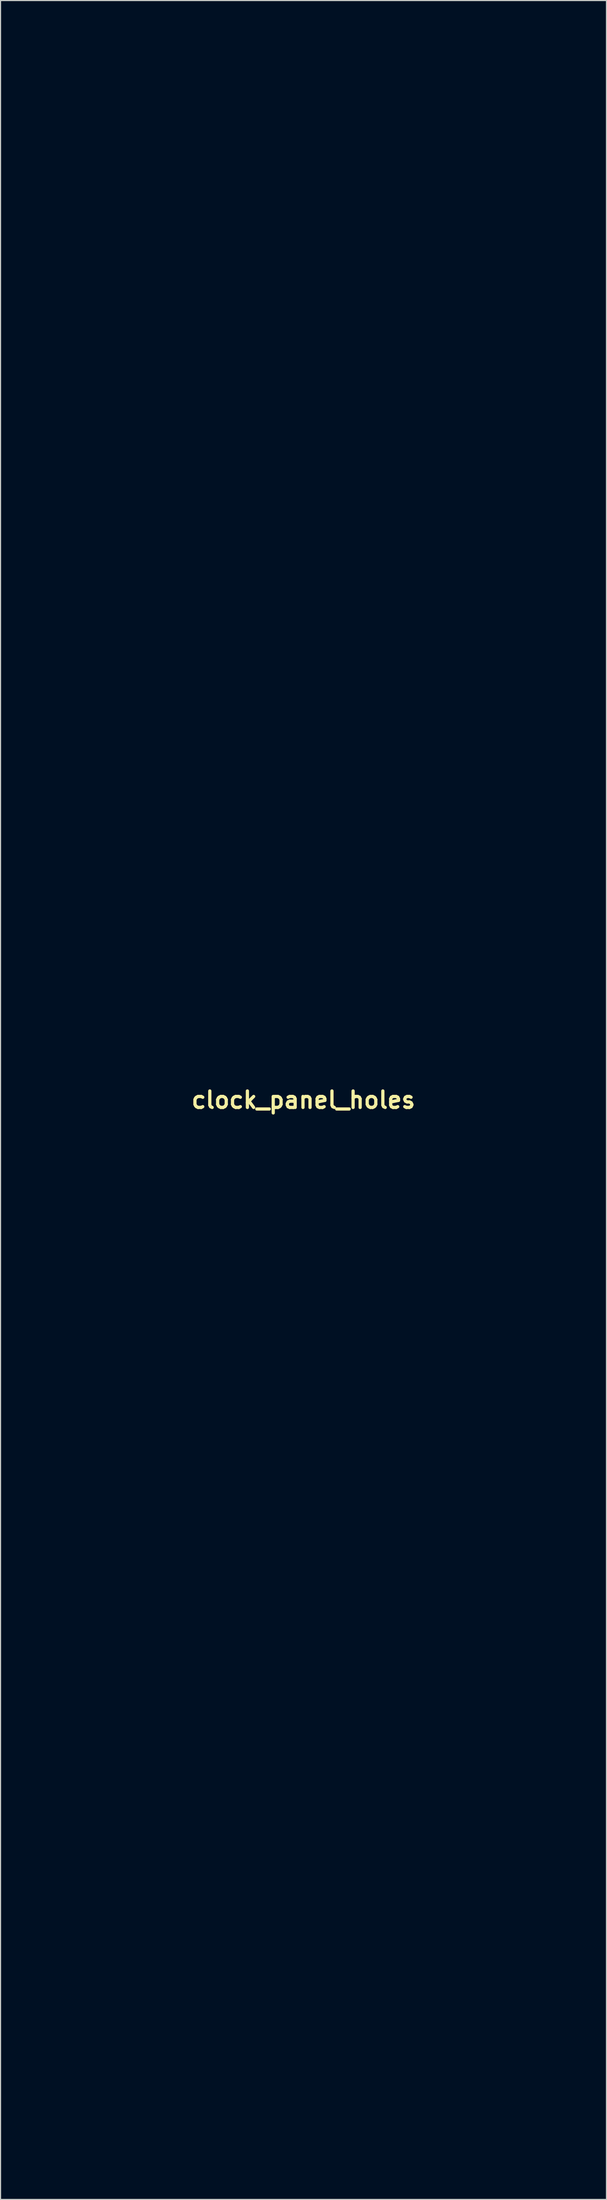
<source format=kicad_pcb>
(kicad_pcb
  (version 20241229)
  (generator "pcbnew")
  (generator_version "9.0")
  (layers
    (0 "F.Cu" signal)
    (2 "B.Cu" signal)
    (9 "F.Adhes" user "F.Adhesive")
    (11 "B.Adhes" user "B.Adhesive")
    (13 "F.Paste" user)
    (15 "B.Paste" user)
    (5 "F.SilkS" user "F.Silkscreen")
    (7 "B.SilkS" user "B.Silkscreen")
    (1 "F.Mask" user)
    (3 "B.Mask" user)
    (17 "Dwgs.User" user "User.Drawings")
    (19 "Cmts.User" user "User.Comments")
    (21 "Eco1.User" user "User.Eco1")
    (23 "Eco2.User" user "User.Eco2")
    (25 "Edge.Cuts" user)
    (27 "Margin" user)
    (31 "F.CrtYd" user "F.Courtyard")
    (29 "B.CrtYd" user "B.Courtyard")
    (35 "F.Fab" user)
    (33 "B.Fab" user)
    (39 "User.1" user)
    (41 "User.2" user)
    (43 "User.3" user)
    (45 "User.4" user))
  (footprint "clock_panel_holes"
    (layer "F.Cu")
    (at 25.069 98.739)
    (property "Reference" "clock_panel_holes" (at 0 0 0) (layer "F.SilkS") (effects (font (size 1.524 1.524) (thickness 0.3))))
    (attr board_only exclude_from_pos_files exclude_from_bom)
    (fp_poly (pts (xy -4.119 -28.26) (xy -4.132 -28.248) (xy -4.144 -28.26) (xy -4.132 -28.273)) (stroke (width 0.1) (type solid)) (fill no) (layer "Eco1.User"))
    (fp_poly (pts (xy -4.017 -32.023) (xy -4.03 -32.011) (xy -4.043 -32.023) (xy -4.03 -32.036)) (stroke (width 0.1) (type solid)) (fill no) (layer "Eco1.User"))
    (fp_poly (pts (xy -2.085 -26.048) (xy -2.098 -26.036) (xy -2.11 -26.048) (xy -2.098 -26.061)) (stroke (width 0.1) (type solid)) (fill no) (layer "Eco1.User"))
    (fp_poly (pts (xy -1.932 -25.972) (xy -1.945 -25.959) (xy -1.958 -25.972) (xy -1.945 -25.985)) (stroke (width 0.1) (type solid)) (fill no) (layer "Eco1.User"))
    (fp_poly (pts (xy -1.831 -34.134) (xy -1.843 -34.121) (xy -1.856 -34.134) (xy -1.843 -34.146)) (stroke (width 0.1) (type solid)) (fill no) (layer "Eco1.User"))
    (fp_poly (pts (xy 1.983 -25.972) (xy 1.97 -25.959) (xy 1.958 -25.972) (xy 1.97 -25.985)) (stroke (width 0.1) (type solid)) (fill no) (layer "Eco1.User"))
    (fp_poly (pts (xy 2.034 -25.997) (xy 2.021 -25.985) (xy 2.009 -25.997) (xy 2.021 -26.01)) (stroke (width 0.1) (type solid)) (fill no) (layer "Eco1.User"))
    (fp_poly (pts (xy 2.085 -26.023) (xy 2.072 -26.01) (xy 2.059 -26.023) (xy 2.072 -26.036)) (stroke (width 0.1) (type solid)) (fill no) (layer "Eco1.User"))
    (fp_poly (pts (xy 4.17 -28.26) (xy 4.157 -28.248) (xy 4.144 -28.26) (xy 4.157 -28.273)) (stroke (width 0.1) (type solid)) (fill no) (layer "Eco1.User"))
    (fp_poly (pts (xy 25.044 -89.701) (xy -25.019 -89.701) (xy -25.019 -90.489) (xy 25.044 -90.489)) (stroke (width 0.1) (type solid)) (fill no) (layer "Eco1.User"))
    (fp_poly (pts (xy 25.044 90.489) (xy -25.019 90.489) (xy -25.019 89.701) (xy 25.044 89.701)) (stroke (width 0.1) (type solid)) (fill no) (layer "Eco1.User"))
    (fp_poly (pts (xy -4.433 -30.771) (xy -4.429 -30.719) (xy -4.433 -30.708) (xy -4.442 -30.704) (xy -4.445 -30.739) (xy -4.441 -30.775)) (stroke (width 0.1) (type solid)) (fill no) (layer "Eco1.User"))
    (fp_poly (pts (xy -4.407 -30.924) (xy -4.404 -30.872) (xy -4.407 -30.86) (xy -4.416 -30.857) (xy -4.42 -30.892) (xy -4.416 -30.928)) (stroke (width 0.1) (type solid)) (fill no) (layer "Eco1.User"))
    (fp_poly (pts (xy -4.407 -29.22) (xy -4.404 -29.168) (xy -4.407 -29.157) (xy -4.416 -29.153) (xy -4.42 -29.188) (xy -4.416 -29.224)) (stroke (width 0.1) (type solid)) (fill no) (layer "Eco1.User"))
    (fp_poly (pts (xy -4.381 -31.024) (xy -4.378 -30.984) (xy -4.383 -30.975) (xy -4.395 -30.983) (xy -4.397 -31.008) (xy -4.39 -31.036)) (stroke (width 0.1) (type solid)) (fill no) (layer "Eco1.User"))
    (fp_poly (pts (xy -4.381 -29.066) (xy -4.378 -29.026) (xy -4.383 -29.017) (xy -4.395 -29.025) (xy -4.397 -29.051) (xy -4.39 -29.078)) (stroke (width 0.1) (type solid)) (fill no) (layer "Eco1.User"))
    (fp_poly (pts (xy -4.356 -31.125) (xy -4.353 -31.086) (xy -4.358 -31.077) (xy -4.369 -31.084) (xy -4.371 -31.11) (xy -4.365 -31.137)) (stroke (width 0.1) (type solid)) (fill no) (layer "Eco1.User"))
    (fp_poly (pts (xy -4.356 -28.964) (xy -4.353 -28.925) (xy -4.358 -28.916) (xy -4.369 -28.923) (xy -4.371 -28.949) (xy -4.365 -28.976)) (stroke (width 0.1) (type solid)) (fill no) (layer "Eco1.User"))
    (fp_poly (pts (xy -4.33 -31.227) (xy -4.327 -31.187) (xy -4.332 -31.178) (xy -4.344 -31.186) (xy -4.346 -31.212) (xy -4.34 -31.239)) (stroke (width 0.1) (type solid)) (fill no) (layer "Eco1.User"))
    (fp_poly (pts (xy -4.33 -28.863) (xy -4.327 -28.823) (xy -4.332 -28.814) (xy -4.344 -28.821) (xy -4.346 -28.847) (xy -4.34 -28.874)) (stroke (width 0.1) (type solid)) (fill no) (layer "Eco1.User"))
    (fp_poly (pts (xy -4.305 -31.316) (xy -4.302 -31.285) (xy -4.305 -31.282) (xy -4.32 -31.285) (xy -4.322 -31.299) (xy -4.313 -31.32)) (stroke (width 0.1) (type solid)) (fill no) (layer "Eco1.User"))
    (fp_poly (pts (xy -4.305 -28.773) (xy -4.302 -28.743) (xy -4.305 -28.739) (xy -4.32 -28.743) (xy -4.322 -28.756) (xy -4.313 -28.777)) (stroke (width 0.1) (type solid)) (fill no) (layer "Eco1.User"))
    (fp_poly (pts (xy -4.28 -28.697) (xy -4.277 -28.667) (xy -4.28 -28.663) (xy -4.295 -28.666) (xy -4.297 -28.68) (xy -4.288 -28.701)) (stroke (width 0.1) (type solid)) (fill no) (layer "Eco1.User"))
    (fp_poly (pts (xy -4.255 -28.621) (xy -4.251 -28.59) (xy -4.255 -28.587) (xy -4.27 -28.59) (xy -4.271 -28.604) (xy -4.262 -28.625)) (stroke (width 0.1) (type solid)) (fill no) (layer "Eco1.User"))
    (fp_poly (pts (xy -4.229 -28.544) (xy -4.226 -28.514) (xy -4.229 -28.51) (xy -4.244 -28.514) (xy -4.246 -28.527) (xy -4.237 -28.548)) (stroke (width 0.1) (type solid)) (fill no) (layer "Eco1.User"))
    (fp_poly (pts (xy -4.204 -28.468) (xy -4.201 -28.438) (xy -4.204 -28.434) (xy -4.219 -28.438) (xy -4.221 -28.451) (xy -4.211 -28.472)) (stroke (width 0.1) (type solid)) (fill no) (layer "Eco1.User"))
    (fp_poly (pts (xy -1.636 -25.849) (xy -1.639 -25.834) (xy -1.653 -25.832) (xy -1.674 -25.842) (xy -1.67 -25.849) (xy -1.639 -25.852)) (stroke (width 0.1) (type solid)) (fill no) (layer "Eco1.User"))
    (fp_poly (pts (xy -1.432 -25.773) (xy -1.436 -25.758) (xy -1.449 -25.756) (xy -1.47 -25.765) (xy -1.466 -25.773) (xy -1.436 -25.776)) (stroke (width 0.1) (type solid)) (fill no) (layer "Eco1.User"))
    (fp_poly (pts (xy -1.356 -25.747) (xy -1.36 -25.732) (xy -1.373 -25.731) (xy -1.394 -25.74) (xy -1.39 -25.747) (xy -1.36 -25.751)) (stroke (width 0.1) (type solid)) (fill no) (layer "Eco1.User"))
    (fp_poly (pts (xy -1.075 -25.67) (xy -1.082 -25.658) (xy -1.108 -25.656) (xy -1.135 -25.662) (xy -1.123 -25.672) (xy -1.084 -25.675)) (stroke (width 0.1) (type solid)) (fill no) (layer "Eco1.User"))
    (fp_poly (pts (xy -0.998 -34.416) (xy -1.006 -34.404) (xy -1.032 -34.403) (xy -1.059 -34.409) (xy -1.047 -34.418) (xy -1.007 -34.421)) (stroke (width 0.1) (type solid)) (fill no) (layer "Eco1.User"))
    (fp_poly (pts (xy -0.973 -25.644) (xy -0.981 -25.633) (xy -1.006 -25.631) (xy -1.034 -25.637) (xy -1.022 -25.646) (xy -0.982 -25.649)) (stroke (width 0.1) (type solid)) (fill no) (layer "Eco1.User"))
    (fp_poly (pts (xy -0.884 -34.443) (xy -0.88 -34.434) (xy -0.915 -34.43) (xy -0.951 -34.434) (xy -0.947 -34.443) (xy -0.895 -34.446)) (stroke (width 0.1) (type solid)) (fill no) (layer "Eco1.User"))
    (fp_poly (pts (xy -0.858 -25.62) (xy -0.855 -25.611) (xy -0.89 -25.607) (xy -0.926 -25.611) (xy -0.922 -25.62) (xy -0.87 -25.624)) (stroke (width 0.1) (type solid)) (fill no) (layer "Eco1.User"))
    (fp_poly (pts (xy -0.756 -34.468) (xy -0.753 -34.459) (xy -0.788 -34.455) (xy -0.824 -34.459) (xy -0.82 -34.468) (xy -0.768 -34.472)) (stroke (width 0.1) (type solid)) (fill no) (layer "Eco1.User"))
    (fp_poly (pts (xy -0.706 -25.595) (xy -0.702 -25.586) (xy -0.737 -25.582) (xy -0.773 -25.586) (xy -0.769 -25.595) (xy -0.717 -25.598)) (stroke (width 0.1) (type solid)) (fill no) (layer "Eco1.User"))
    (fp_poly (pts (xy 0.795 -25.595) (xy 0.798 -25.586) (xy 0.763 -25.582) (xy 0.727 -25.586) (xy 0.731 -25.595) (xy 0.783 -25.598)) (stroke (width 0.1) (type solid)) (fill no) (layer "Eco1.User"))
    (fp_poly (pts (xy 0.947 -25.62) (xy 0.95 -25.611) (xy 0.915 -25.607) (xy 0.879 -25.611) (xy 0.884 -25.62) (xy 0.936 -25.624)) (stroke (width 0.1) (type solid)) (fill no) (layer "Eco1.User"))
    (fp_poly (pts (xy 0.973 -34.443) (xy 0.976 -34.434) (xy 0.941 -34.43) (xy 0.905 -34.434) (xy 0.909 -34.443) (xy 0.961 -34.446)) (stroke (width 0.1) (type solid)) (fill no) (layer "Eco1.User"))
    (fp_poly (pts (xy 1.061 -25.644) (xy 1.053 -25.633) (xy 1.028 -25.631) (xy 1 -25.637) (xy 1.012 -25.646) (xy 1.052 -25.649)) (stroke (width 0.1) (type solid)) (fill no) (layer "Eco1.User"))
    (fp_poly (pts (xy 1.086 -34.416) (xy 1.079 -34.404) (xy 1.053 -34.403) (xy 1.026 -34.409) (xy 1.038 -34.418) (xy 1.077 -34.421)) (stroke (width 0.1) (type solid)) (fill no) (layer "Eco1.User"))
    (fp_poly (pts (xy 1.163 -25.67) (xy 1.155 -25.658) (xy 1.129 -25.656) (xy 1.102 -25.662) (xy 1.114 -25.672) (xy 1.154 -25.675)) (stroke (width 0.1) (type solid)) (fill no) (layer "Eco1.User"))
    (fp_poly (pts (xy 1.188 -34.391) (xy 1.181 -34.379) (xy 1.155 -34.377) (xy 1.128 -34.383) (xy 1.139 -34.393) (xy 1.179 -34.396)) (stroke (width 0.1) (type solid)) (fill no) (layer "Eco1.User"))
    (fp_poly (pts (xy 1.263 -34.367) (xy 1.259 -34.352) (xy 1.246 -34.35) (xy 1.225 -34.359) (xy 1.229 -34.367) (xy 1.259 -34.37)) (stroke (width 0.1) (type solid)) (fill no) (layer "Eco1.User"))
    (fp_poly (pts (xy 1.415 -25.747) (xy 1.412 -25.732) (xy 1.398 -25.731) (xy 1.377 -25.74) (xy 1.381 -25.747) (xy 1.412 -25.751)) (stroke (width 0.1) (type solid)) (fill no) (layer "Eco1.User"))
    (fp_poly (pts (xy 1.492 -25.773) (xy 1.488 -25.758) (xy 1.475 -25.756) (xy 1.454 -25.765) (xy 1.458 -25.773) (xy 1.488 -25.776)) (stroke (width 0.1) (type solid)) (fill no) (layer "Eco1.User"))
    (fp_poly (pts (xy 1.644 -34.24) (xy 1.641 -34.224) (xy 1.627 -34.223) (xy 1.606 -34.232) (xy 1.61 -34.24) (xy 1.64 -34.243)) (stroke (width 0.1) (type solid)) (fill no) (layer "Eco1.User"))
    (fp_poly (pts (xy 1.695 -25.849) (xy 1.692 -25.834) (xy 1.678 -25.832) (xy 1.657 -25.842) (xy 1.661 -25.849) (xy 1.691 -25.852)) (stroke (width 0.1) (type solid)) (fill no) (layer "Eco1.User"))
    (fp_poly (pts (xy 4.187 -28.341) (xy 4.19 -28.311) (xy 4.187 -28.307) (xy 4.172 -28.31) (xy 4.17 -28.324) (xy 4.179 -28.345)) (stroke (width 0.1) (type solid)) (fill no) (layer "Eco1.User"))
    (fp_poly (pts (xy 4.263 -28.544) (xy 4.266 -28.514) (xy 4.263 -28.51) (xy 4.248 -28.514) (xy 4.246 -28.527) (xy 4.255 -28.548)) (stroke (width 0.1) (type solid)) (fill no) (layer "Eco1.User"))
    (fp_poly (pts (xy 4.288 -28.621) (xy 4.291 -28.59) (xy 4.288 -28.587) (xy 4.273 -28.59) (xy 4.271 -28.604) (xy 4.281 -28.625)) (stroke (width 0.1) (type solid)) (fill no) (layer "Eco1.User"))
    (fp_poly (pts (xy 4.314 -28.697) (xy 4.317 -28.667) (xy 4.314 -28.663) (xy 4.299 -28.666) (xy 4.297 -28.68) (xy 4.306 -28.701)) (stroke (width 0.1) (type solid)) (fill no) (layer "Eco1.User"))
    (fp_poly (pts (xy 4.339 -31.316) (xy 4.342 -31.285) (xy 4.339 -31.282) (xy 4.324 -31.285) (xy 4.322 -31.299) (xy 4.332 -31.32)) (stroke (width 0.1) (type solid)) (fill no) (layer "Eco1.User"))
    (fp_poly (pts (xy 4.339 -28.773) (xy 4.342 -28.743) (xy 4.339 -28.739) (xy 4.324 -28.743) (xy 4.322 -28.756) (xy 4.332 -28.777)) (stroke (width 0.1) (type solid)) (fill no) (layer "Eco1.User"))
    (fp_poly (pts (xy 4.365 -31.227) (xy 4.368 -31.187) (xy 4.363 -31.178) (xy 4.352 -31.186) (xy 4.35 -31.212) (xy 4.356 -31.239)) (stroke (width 0.1) (type solid)) (fill no) (layer "Eco1.User"))
    (fp_poly (pts (xy 4.365 -28.863) (xy 4.368 -28.823) (xy 4.363 -28.814) (xy 4.352 -28.821) (xy 4.35 -28.847) (xy 4.356 -28.874)) (stroke (width 0.1) (type solid)) (fill no) (layer "Eco1.User"))
    (fp_poly (pts (xy 4.391 -31.125) (xy 4.394 -31.086) (xy 4.389 -31.077) (xy 4.377 -31.084) (xy 4.375 -31.11) (xy 4.381 -31.137)) (stroke (width 0.1) (type solid)) (fill no) (layer "Eco1.User"))
    (fp_poly (pts (xy 4.391 -28.964) (xy 4.394 -28.925) (xy 4.389 -28.916) (xy 4.377 -28.923) (xy 4.375 -28.949) (xy 4.381 -28.976)) (stroke (width 0.1) (type solid)) (fill no) (layer "Eco1.User"))
    (fp_poly (pts (xy 4.416 -31.024) (xy 4.419 -30.984) (xy 4.414 -30.975) (xy 4.402 -30.983) (xy 4.401 -31.008) (xy 4.407 -31.036)) (stroke (width 0.1) (type solid)) (fill no) (layer "Eco1.User"))
    (fp_poly (pts (xy 4.416 -29.066) (xy 4.419 -29.026) (xy 4.414 -29.017) (xy 4.402 -29.025) (xy 4.401 -29.051) (xy 4.407 -29.078)) (stroke (width 0.1) (type solid)) (fill no) (layer "Eco1.User"))
    (fp_poly (pts (xy 4.441 -30.924) (xy 4.444 -30.872) (xy 4.441 -30.86) (xy 4.432 -30.857) (xy 4.428 -30.892) (xy 4.432 -30.928)) (stroke (width 0.1) (type solid)) (fill no) (layer "Eco1.User"))
    (fp_poly (pts (xy 4.441 -29.22) (xy 4.444 -29.168) (xy 4.441 -29.157) (xy 4.432 -29.153) (xy 4.428 -29.188) (xy 4.432 -29.224)) (stroke (width 0.1) (type solid)) (fill no) (layer "Eco1.User"))
    (fp_poly (pts (xy -4.167 -28.367) (xy -4.15 -28.324) (xy -4.152 -28.308) (xy -4.169 -28.317) (xy -4.179 -28.338) (xy -4.194 -28.386) (xy -4.188 -28.396)) (stroke (width 0.1) (type solid)) (fill no) (layer "Eco1.User"))
    (fp_poly (pts (xy -2.001 -26.017) (xy -1.996 -26.01) (xy -1.987 -25.987) (xy -2.011 -25.996) (xy -2.034 -26.01) (xy -2.054 -26.031) (xy -2.042 -26.035)) (stroke (width 0.1) (type solid)) (fill no) (layer "Eco1.User"))
    (fp_poly (pts (xy 4.198 -31.723) (xy 4.215 -31.681) (xy 4.213 -31.664) (xy 4.196 -31.673) (xy 4.186 -31.694) (xy 4.171 -31.742) (xy 4.177 -31.752)) (stroke (width 0.1) (type solid)) (fill no) (layer "Eco1.User"))
    (fp_poly (pts (xy -4.459 -30.584) (xy -4.457 -30.58) (xy -4.454 -30.525) (xy -4.458 -30.504) (xy -4.467 -30.503) (xy -4.47 -30.543) (xy -4.47 -30.549) (xy -4.466 -30.588)) (stroke (width 0.1) (type solid)) (fill no) (layer "Eco1.User"))
    (fp_poly (pts (xy -4.457 -29.563) (xy -4.453 -29.499) (xy -4.457 -29.474) (xy -4.465 -29.467) (xy -4.469 -29.502) (xy -4.469 -29.519) (xy -4.466 -29.565) (xy -4.46 -29.571)) (stroke (width 0.1) (type solid)) (fill no) (layer "Eco1.User"))
    (fp_poly (pts (xy -4.433 -29.364) (xy -4.432 -29.36) (xy -4.428 -29.304) (xy -4.433 -29.283) (xy -4.441 -29.282) (xy -4.445 -29.322) (xy -4.444 -29.328) (xy -4.441 -29.368)) (stroke (width 0.1) (type solid)) (fill no) (layer "Eco1.User"))
    (fp_poly (pts (xy -4.145 -31.744) (xy -4.158 -31.702) (xy -4.17 -31.68) (xy -4.19 -31.66) (xy -4.194 -31.667) (xy -4.182 -31.709) (xy -4.17 -31.731) (xy -4.15 -31.751)) (stroke (width 0.1) (type solid)) (fill no) (layer "Eco1.User"))
    (fp_poly (pts (xy -2.224 -26.127) (xy -2.193 -26.112) (xy -2.15 -26.087) (xy -2.136 -26.073) (xy -2.144 -26.062) (xy -2.174 -26.08) (xy -2.201 -26.101) (xy -2.234 -26.128)) (stroke (width 0.1) (type solid)) (fill no) (layer "Eco1.User"))
    (fp_poly (pts (xy -1.547 -25.819) (xy -1.526 -25.807) (xy -1.505 -25.787) (xy -1.513 -25.782) (xy -1.555 -25.795) (xy -1.576 -25.807) (xy -1.597 -25.827) (xy -1.589 -25.831)) (stroke (width 0.1) (type solid)) (fill no) (layer "Eco1.User"))
    (fp_poly (pts (xy -1.242 -25.717) (xy -1.208 -25.705) (xy -1.18 -25.688) (xy -1.195 -25.683) (xy -1.249 -25.693) (xy -1.284 -25.705) (xy -1.312 -25.722) (xy -1.297 -25.727)) (stroke (width 0.1) (type solid)) (fill no) (layer "Eco1.User"))
    (fp_poly (pts (xy -1.105 -34.391) (xy -1.131 -34.375) (xy -1.191 -34.357) (xy -1.22 -34.353) (xy -1.235 -34.36) (xy -1.208 -34.375) (xy -1.148 -34.393) (xy -1.119 -34.397)) (stroke (width 0.1) (type solid)) (fill no) (layer "Eco1.User"))
    (fp_poly (pts (xy -0.566 -34.494) (xy -0.558 -34.487) (xy -0.593 -34.483) (xy -0.61 -34.483) (xy -0.656 -34.485) (xy -0.662 -34.492) (xy -0.655 -34.494) (xy -0.59 -34.498)) (stroke (width 0.1) (type solid)) (fill no) (layer "Eco1.User"))
    (fp_poly (pts (xy -0.54 -25.57) (xy -0.532 -25.563) (xy -0.568 -25.559) (xy -0.585 -25.558) (xy -0.631 -25.561) (xy -0.636 -25.568) (xy -0.629 -25.57) (xy -0.565 -25.574)) (stroke (width 0.1) (type solid)) (fill no) (layer "Eco1.User"))
    (fp_poly (pts (xy -0.324 -34.52) (xy -0.312 -34.514) (xy -0.344 -34.51) (xy -0.381 -34.509) (xy -0.436 -34.511) (xy -0.451 -34.516) (xy -0.439 -34.52) (xy -0.364 -34.524)) (stroke (width 0.1) (type solid)) (fill no) (layer "Eco1.User"))
    (fp_poly (pts (xy 0.464 -34.52) (xy 0.476 -34.514) (xy 0.444 -34.51) (xy 0.407 -34.509) (xy 0.352 -34.511) (xy 0.337 -34.516) (xy 0.35 -34.52) (xy 0.424 -34.524)) (stroke (width 0.1) (type solid)) (fill no) (layer "Eco1.User"))
    (fp_poly (pts (xy 0.655 -25.57) (xy 0.663 -25.563) (xy 0.627 -25.559) (xy 0.61 -25.558) (xy 0.564 -25.561) (xy 0.559 -25.568) (xy 0.566 -25.57) (xy 0.63 -25.574)) (stroke (width 0.1) (type solid)) (fill no) (layer "Eco1.User"))
    (fp_poly (pts (xy 0.68 -34.494) (xy 0.688 -34.487) (xy 0.653 -34.483) (xy 0.636 -34.483) (xy 0.589 -34.485) (xy 0.584 -34.492) (xy 0.591 -34.494) (xy 0.656 -34.498)) (stroke (width 0.1) (type solid)) (fill no) (layer "Eco1.User"))
    (fp_poly (pts (xy 0.846 -34.468) (xy 0.847 -34.46) (xy 0.807 -34.456) (xy 0.801 -34.456) (xy 0.761 -34.46) (xy 0.765 -34.468) (xy 0.77 -34.469) (xy 0.825 -34.473)) (stroke (width 0.1) (type solid)) (fill no) (layer "Eco1.User"))
    (fp_poly (pts (xy 1.336 -25.72) (xy 1.309 -25.705) (xy 1.25 -25.687) (xy 1.22 -25.683) (xy 1.206 -25.69) (xy 1.233 -25.705) (xy 1.292 -25.723) (xy 1.322 -25.727)) (stroke (width 0.1) (type solid)) (fill no) (layer "Eco1.User"))
    (fp_poly (pts (xy 1.619 -25.821) (xy 1.602 -25.807) (xy 1.555 -25.785) (xy 1.538 -25.782) (xy 1.534 -25.793) (xy 1.551 -25.807) (xy 1.597 -25.828) (xy 1.615 -25.831)) (stroke (width 0.1) (type solid)) (fill no) (layer "Eco1.User"))
    (fp_poly (pts (xy 4.245 -28.464) (xy 4.233 -28.422) (xy 4.221 -28.4) (xy 4.2 -28.38) (xy 4.196 -28.387) (xy 4.209 -28.429) (xy 4.221 -28.451) (xy 4.241 -28.471)) (stroke (width 0.1) (type solid)) (fill no) (layer "Eco1.User"))
    (fp_poly (pts (xy 4.466 -30.762) (xy 4.467 -30.758) (xy 4.471 -30.703) (xy 4.466 -30.682) (xy 4.458 -30.681) (xy 4.454 -30.721) (xy 4.454 -30.727) (xy 4.458 -30.766)) (stroke (width 0.1) (type solid)) (fill no) (layer "Eco1.User"))
    (fp_poly (pts (xy 4.466 -29.364) (xy 4.467 -29.36) (xy 4.471 -29.304) (xy 4.466 -29.283) (xy 4.458 -29.282) (xy 4.454 -29.322) (xy 4.454 -29.328) (xy 4.458 -29.368)) (stroke (width 0.1) (type solid)) (fill no) (layer "Eco1.User"))
    (fp_poly (pts (xy 4.492 -30.58) (xy 4.496 -30.516) (xy 4.492 -30.491) (xy 4.485 -30.484) (xy 4.481 -30.519) (xy 4.481 -30.536) (xy 4.483 -30.582) (xy 4.49 -30.588)) (stroke (width 0.1) (type solid)) (fill no) (layer "Eco1.User"))
    (fp_poly (pts (xy 4.492 -29.563) (xy 4.496 -29.499) (xy 4.492 -29.474) (xy 4.485 -29.467) (xy 4.481 -29.502) (xy 4.481 -29.519) (xy 4.483 -29.565) (xy 4.49 -29.571)) (stroke (width 0.1) (type solid)) (fill no) (layer "Eco1.User"))
    (fp_poly (pts (xy -0.235 -25.545) (xy -0.221 -25.54) (xy -0.251 -25.536) (xy -0.318 -25.535) (xy -0.383 -25.537) (xy -0.408 -25.54) (xy -0.388 -25.545) (xy -0.387 -25.546) (xy -0.304 -25.55)) (stroke (width 0.1) (type solid)) (fill no) (layer "Eco1.User"))
    (fp_poly (pts (xy 0.096 -34.546) (xy 0.11 -34.541) (xy 0.08 -34.537) (xy 0.013 -34.536) (xy -0.053 -34.537) (xy -0.078 -34.541) (xy -0.057 -34.546) (xy -0.057 -34.546) (xy 0.026 -34.55)) (stroke (width 0.1) (type solid)) (fill no) (layer "Eco1.User"))
    (fp_poly (pts (xy 0.426 -25.545) (xy 0.44 -25.54) (xy 0.41 -25.536) (xy 0.343 -25.535) (xy 0.278 -25.537) (xy 0.253 -25.54) (xy 0.273 -25.545) (xy 0.274 -25.546) (xy 0.357 -25.55)) (stroke (width 0.1) (type solid)) (fill no) (layer "Eco1.User"))
    (fp_poly (pts (xy -1.633 -34.216) (xy -1.665 -34.199) (xy -1.733 -34.169) (xy -1.78 -34.153) (xy -1.8 -34.151) (xy -1.785 -34.165) (xy -1.754 -34.182) (xy -1.681 -34.215) (xy -1.627 -34.232) (xy -1.609 -34.232)) (stroke (width 0.1) (type solid)) (fill no) (layer "Eco1.User"))
    (fp_poly (pts (xy 1.73 -34.209) (xy 1.78 -34.184) (xy 1.817 -34.159) (xy 1.819 -34.148) (xy 1.818 -34.148) (xy 1.779 -34.16) (xy 1.729 -34.184) (xy 1.692 -34.21) (xy 1.69 -34.221) (xy 1.691 -34.221)) (stroke (width 0.1) (type solid)) (fill no) (layer "Eco1.User"))
    (fp_poly (pts (xy -16.229 34.042) (xy -16.211 34.059) (xy -16.178 34.097) (xy -16.176 34.13) (xy -16.197 34.173) (xy -16.235 34.22) (xy -16.269 34.219) (xy -16.292 34.175) (xy -16.298 34.121) (xy -16.291 34.048) (xy -16.269 34.022)) (stroke (width 0.1) (type solid)) (fill no) (layer "Eco1.User"))
    (fp_poly (pts (xy -3.853 -27.726) (xy -3.811 -27.671) (xy -3.78 -27.62) (xy -3.77 -27.59) (xy -3.773 -27.587) (xy -3.795 -27.605) (xy -3.804 -27.618) (xy -3.83 -27.663) (xy -3.859 -27.714) (xy -3.883 -27.756) (xy -3.879 -27.757)) (stroke (width 0.1) (type solid)) (fill no) (layer "Eco1.User"))
    (fp_poly (pts (xy 4.082 -31.968) (xy 4.113 -31.916) (xy 4.122 -31.9) (xy 4.151 -31.839) (xy 4.164 -31.799) (xy 4.163 -31.792) (xy 4.148 -31.806) (xy 4.12 -31.853) (xy 4.111 -31.872) (xy 4.08 -31.943) (xy 4.07 -31.976)) (stroke (width 0.1) (type solid)) (fill no) (layer "Eco1.User"))
    (fp_poly (pts (xy -8.669 84.086) (xy -8.623 84.103) (xy -8.607 84.146) (xy -8.607 84.171) (xy -8.614 84.227) (xy -8.647 84.25) (xy -8.675 84.255) (xy -8.74 84.245) (xy -8.769 84.214) (xy -8.779 84.153) (xy -8.749 84.106) (xy -8.69 84.085)) (stroke (width 0.1) (type solid)) (fill no) (layer "Eco1.User"))
    (fp_poly (pts (xy -4.208 -31.595) (xy -4.224 -31.535) (xy -4.244 -31.475) (xy -4.27 -31.406) (xy -4.289 -31.367) (xy -4.295 -31.364) (xy -4.289 -31.402) (xy -4.272 -31.463) (xy -4.249 -31.53) (xy -4.227 -31.588) (xy -4.21 -31.62) (xy -4.205 -31.622)) (stroke (width 0.1) (type solid)) (fill no) (layer "Eco1.User"))
    (fp_poly (pts (xy -4.045 -31.972) (xy -4.056 -31.935) (xy -4.084 -31.875) (xy -4.093 -31.858) (xy -4.123 -31.809) (xy -4.141 -31.791) (xy -4.142 -31.794) (xy -4.131 -31.832) (xy -4.103 -31.892) (xy -4.093 -31.909) (xy -4.064 -31.958) (xy -4.046 -31.976)) (stroke (width 0.1) (type solid)) (fill no) (layer "Eco1.User"))
    (fp_poly (pts (xy -1.908 -34.1) (xy -1.958 -34.07) (xy -2.022 -34.037) (xy -2.095 -34.003) (xy -2.145 -33.983) (xy -2.161 -33.981) (xy -2.141 -33.999) (xy -2.09 -34.028) (xy -2.023 -34.062) (xy -1.958 -34.093) (xy -1.909 -34.113) (xy -1.892 -34.115)) (stroke (width 0.1) (type solid)) (fill no) (layer "Eco1.User"))
    (fp_poly (pts (xy -1.857 -25.946) (xy -1.797 -25.918) (xy -1.78 -25.909) (xy -1.73 -25.879) (xy -1.713 -25.861) (xy -1.716 -25.86) (xy -1.753 -25.871) (xy -1.813 -25.899) (xy -1.831 -25.909) (xy -1.88 -25.938) (xy -1.898 -25.956) (xy -1.894 -25.957)) (stroke (width 0.1) (type solid)) (fill no) (layer "Eco1.User"))
    (fp_poly (pts (xy -1.295 -34.337) (xy -1.344 -34.317) (xy -1.348 -34.316) (xy -1.426 -34.287) (xy -1.496 -34.266) (xy -1.5 -34.265) (xy -1.532 -34.259) (xy -1.519 -34.269) (xy -1.485 -34.285) (xy -1.405 -34.316) (xy -1.332 -34.336) (xy -1.291 -34.343)) (stroke (width 0.1) (type solid)) (fill no) (layer "Eco1.User"))
    (fp_poly (pts (xy 1.357 -34.336) (xy 1.412 -34.322) (xy 1.474 -34.301) (xy 1.529 -34.278) (xy 1.564 -34.26) (xy 1.566 -34.252) (xy 1.564 -34.252) (xy 1.527 -34.261) (xy 1.461 -34.283) (xy 1.411 -34.301) (xy 1.355 -34.325) (xy 1.338 -34.337)) (stroke (width 0.1) (type solid)) (fill no) (layer "Eco1.User"))
    (fp_poly (pts (xy 1.916 -25.947) (xy 1.878 -25.921) (xy 1.856 -25.909) (xy 1.793 -25.877) (xy 1.748 -25.861) (xy 1.742 -25.86) (xy 1.745 -25.87) (xy 1.784 -25.896) (xy 1.805 -25.909) (xy 1.868 -25.94) (xy 1.913 -25.956) (xy 1.92 -25.957)) (stroke (width 0.1) (type solid)) (fill no) (layer "Eco1.User"))
    (fp_poly (pts (xy 3.945 -32.244) (xy 3.977 -32.191) (xy 4.005 -32.138) (xy 4.037 -32.069) (xy 4.055 -32.023) (xy 4.056 -32.011) (xy 4.039 -32.031) (xy 4.007 -32.085) (xy 3.979 -32.138) (xy 3.946 -32.207) (xy 3.928 -32.253) (xy 3.927 -32.265)) (stroke (width 0.1) (type solid)) (fill no) (layer "Eco1.User"))
    (fp_poly (pts (xy 4.244 -31.607) (xy 4.266 -31.554) (xy 4.284 -31.502) (xy 4.306 -31.428) (xy 4.318 -31.376) (xy 4.317 -31.361) (xy 4.304 -31.377) (xy 4.282 -31.429) (xy 4.264 -31.482) (xy 4.243 -31.556) (xy 4.231 -31.608) (xy 4.231 -31.623)) (stroke (width 0.1) (type solid)) (fill no) (layer "Eco1.User"))
    (fp_poly (pts (xy -4.483 -30.244) (xy -4.481 -30.212) (xy -4.478 -30.082) (xy -4.479 -29.939) (xy -4.481 -29.843) (xy -4.484 -29.803) (xy -4.487 -29.809) (xy -4.489 -29.859) (xy -4.49 -29.948) (xy -4.49 -30.027) (xy -4.49 -30.141) (xy -4.488 -30.217) (xy -4.486 -30.253)) (stroke (width 0.1) (type solid)) (fill no) (layer "Eco1.User"))
    (fp_poly (pts (xy 2.255 -33.946) (xy 2.276 -33.935) (xy 2.335 -33.902) (xy 2.391 -33.865) (xy 2.431 -33.834) (xy 2.443 -33.818) (xy 2.441 -33.817) (xy 2.413 -33.83) (xy 2.359 -33.86) (xy 2.333 -33.876) (xy 2.263 -33.921) (xy 2.224 -33.95) (xy 2.221 -33.959)) (stroke (width 0.1) (type solid)) (fill no) (layer "Eco1.User"))
    (fp_poly (pts (xy 4.517 -30.241) (xy 4.519 -30.211) (xy 4.523 -30.085) (xy 4.522 -29.949) (xy 4.519 -29.855) (xy 4.516 -29.818) (xy 4.514 -29.828) (xy 4.512 -29.881) (xy 4.511 -29.972) (xy 4.51 -30.04) (xy 4.511 -30.15) (xy 4.512 -30.223) (xy 4.515 -30.255)) (stroke (width 0.1) (type solid)) (fill no) (layer "Eco1.User"))
    (fp_poly (pts (xy -2.574 -26.345) (xy -2.525 -26.317) (xy -2.458 -26.277) (xy -2.387 -26.232) (xy -2.322 -26.19) (xy -2.277 -26.158) (xy -2.267 -26.15) (xy -2.259 -26.136) (xy -2.29 -26.149) (xy -2.356 -26.187) (xy -2.437 -26.238) (xy -2.513 -26.289) (xy -2.568 -26.329) (xy -2.593 -26.351) (xy -2.593 -26.352)) (stroke (width 0.1) (type solid)) (fill no) (layer "Eco1.User"))
    (fp_poly (pts (xy -4.099 -28.194) (xy -4.068 -28.141) (xy -4.025 -28.06) (xy -3.997 -28.005) (xy -3.952 -27.913) (xy -3.92 -27.84) (xy -3.903 -27.797) (xy -3.903 -27.79) (xy -3.919 -27.811) (xy -3.951 -27.868) (xy -3.995 -27.95) (xy -4.019 -27.996) (xy -4.063 -28.088) (xy -4.096 -28.16) (xy -4.112 -28.204) (xy -4.113 -28.211)) (stroke (width 0.1) (type solid)) (fill no) (layer "Eco1.User"))
    (fp_poly (pts (xy 1.895 -34.135) (xy 1.954 -34.109) (xy 2.027 -34.073) (xy 2.1 -34.035) (xy 2.157 -34.003) (xy 2.186 -33.983) (xy 2.187 -33.981) (xy 2.186 -33.973) (xy 2.177 -33.973) (xy 2.151 -33.984) (xy 2.099 -34.01) (xy 2.011 -34.056) (xy 2.009 -34.057) (xy 1.932 -34.099) (xy 1.88 -34.13) (xy 1.862 -34.145) (xy 1.863 -34.145)) (stroke (width 0.1) (type solid)) (fill no) (layer "Eco1.User"))
    (fp_poly (pts (xy 4.132 -28.178) (xy 4.101 -28.111) (xy 4.056 -28.022) (xy 4.003 -27.922) (xy 3.948 -27.822) (xy 3.897 -27.733) (xy 3.855 -27.665) (xy 3.835 -27.637) (xy 3.782 -27.574) (xy 3.829 -27.65) (xy 3.859 -27.704) (xy 3.907 -27.79) (xy 3.963 -27.895) (xy 4.009 -27.981) (xy 4.062 -28.079) (xy 4.105 -28.156) (xy 4.134 -28.203) (xy 4.144 -28.213)) (stroke (width 0.1) (type solid)) (fill no) (layer "Eco1.User"))
    (fp_poly (pts (xy 6.509 6.509) (xy -6.483 6.509) (xy -6.483 0.127) (xy -1.068 0.127) (xy -0.127 0.127) (xy -0.127 1.093) (xy 0.153 1.093) (xy 0.153 0.127) (xy 1.093 0.127) (xy 1.093 -0.127) (xy 0.153 -0.127) (xy 0.153 -1.093) (xy -0.127 -1.093) (xy -0.127 -0.127) (xy -1.068 -0.127) (xy -1.068 0.127) (xy -6.483 0.127) (xy -6.483 -6.509) (xy 6.509 -6.509)) (stroke (width 0.1) (type solid)) (fill no) (layer "Eco1.User"))
    (fp_poly (pts (xy -16.202 34.819) (xy -15.986 34.878) (xy -15.805 34.975) (xy -15.657 35.109) (xy -15.546 35.28) (xy -15.543 35.285) (xy -15.504 35.372) (xy -15.483 35.451) (xy -15.474 35.542) (xy -15.473 35.634) (xy -15.476 35.75) (xy -15.489 35.837) (xy -15.516 35.917) (xy -15.547 35.985) (xy -15.656 36.151) (xy -15.796 36.283) (xy -15.96 36.376) (xy -16.14 36.425) (xy -16.161 36.428) (xy -16.298 36.442) (xy -16.298 34.802)) (stroke (width 0.1) (type solid)) (fill no) (layer "Eco1.User"))
    (fp_poly (pts (xy -3.432 -93.26) (xy -3.113 -93.26) (xy -2.979 -93.263) (xy -2.853 -93.269) (xy -2.749 -93.278) (xy -2.684 -93.288) (xy -2.588 -93.3) (xy -2.516 -93.286) (xy -2.474 -93.252) (xy -2.47 -93.203) (xy -2.506 -93.148) (xy -2.521 -93.138) (xy -2.547 -93.13) (xy -2.588 -93.123) (xy -2.65 -93.118) (xy -2.737 -93.114) (xy -2.853 -93.111) (xy -3.003 -93.11) (xy -3.192 -93.108) (xy -3.424 -93.108) (xy -3.6 -93.108) (xy -4.653 -93.108) (xy -4.653 -96.515) (xy -3.432 -96.515)) (stroke (width 0.1) (type solid)) (fill no) (layer "Eco1.User"))
    (fp_poly (pts (xy 2.492 -33.802) (xy 2.59 -33.739) (xy 2.715 -33.646) (xy 2.856 -33.529) (xy 3.007 -33.396) (xy 3.157 -33.253) (xy 3.216 -33.194) (xy 3.462 -32.931) (xy 3.67 -32.675) (xy 3.837 -32.431) (xy 3.865 -32.386) (xy 3.902 -32.319) (xy 3.913 -32.292) (xy 3.902 -32.3) (xy 3.871 -32.341) (xy 3.822 -32.412) (xy 3.782 -32.475) (xy 3.559 -32.787) (xy 3.298 -33.091) (xy 3.011 -33.373) (xy 2.708 -33.622) (xy 2.705 -33.624) (xy 2.586 -33.714) (xy 2.508 -33.775) (xy 2.47 -33.807) (xy 2.474 -33.811)) (stroke (width 0.1) (type solid)) (fill no) (layer "Eco1.User"))
    (fp_poly (pts (xy -8.384 92.681) (xy -7.895 92.688) (xy -7.888 94.309) (xy -7.882 95.93) (xy -7.639 95.93) (xy -7.517 95.927) (xy -7.399 95.918) (xy -7.305 95.906) (xy -7.279 95.901) (xy -7.206 95.885) (xy -7.164 95.887) (xy -7.136 95.908) (xy -7.128 95.918) (xy -7.098 95.97) (xy -7.105 96.009) (xy -7.134 96.043) (xy -7.15 96.054) (xy -7.178 96.063) (xy -7.223 96.069) (xy -7.291 96.075) (xy -7.385 96.078) (xy -7.512 96.081) (xy -7.677 96.082) (xy -7.884 96.083) (xy -8.024 96.083) (xy -8.873 96.083) (xy -8.873 92.675)) (stroke (width 0.1) (type solid)) (fill no) (layer "Eco1.User"))
    (fp_poly (pts (xy -3.744 -27.547) (xy -3.704 -27.498) (xy -3.643 -27.418) (xy -3.61 -27.372) (xy -3.426 -27.137) (xy -3.222 -26.912) (xy -2.99 -26.69) (xy -2.72 -26.46) (xy -2.707 -26.45) (xy -2.653 -26.404) (xy -2.623 -26.374) (xy -2.621 -26.367) (xy -2.645 -26.382) (xy -2.7 -26.423) (xy -2.778 -26.485) (xy -2.87 -26.561) (xy -2.875 -26.565) (xy -2.991 -26.665) (xy -3.114 -26.778) (xy -3.226 -26.886) (xy -3.287 -26.95) (xy -3.372 -27.046) (xy -3.465 -27.156) (xy -3.557 -27.271) (xy -3.641 -27.38) (xy -3.708 -27.471) (xy -3.749 -27.536) (xy -3.75 -27.536) (xy -3.76 -27.56)) (stroke (width 0.1) (type solid)) (fill no) (layer "Eco1.User"))
    (fp_poly (pts (xy 3.783 -27.551) (xy 3.775 -27.536) (xy 3.731 -27.468) (xy 3.662 -27.372) (xy 3.574 -27.26) (xy 3.478 -27.142) (xy 3.38 -27.027) (xy 3.289 -26.927) (xy 3.288 -26.925) (xy 3.134 -26.772) (xy 2.958 -26.615) (xy 2.77 -26.462) (xy 2.581 -26.32) (xy 2.401 -26.198) (xy 2.24 -26.103) (xy 2.187 -26.077) (xy 2.14 -26.057) (xy 2.129 -26.056) (xy 2.136 -26.061) (xy 2.173 -26.085) (xy 2.242 -26.128) (xy 2.332 -26.185) (xy 2.403 -26.229) (xy 2.767 -26.482) (xy 3.109 -26.777) (xy 3.42 -27.103) (xy 3.604 -27.332) (xy 3.691 -27.448) (xy 3.75 -27.523) (xy 3.781 -27.558)) (stroke (width 0.1) (type solid)) (fill no) (layer "Eco1.User"))
    (fp_poly (pts (xy -2.208 -33.946) (xy -2.246 -33.92) (xy -2.314 -33.874) (xy -2.418 -33.805) (xy -2.475 -33.768) (xy -2.825 -33.51) (xy -3.152 -33.215) (xy -3.45 -32.89) (xy -3.711 -32.544) (xy -3.88 -32.271) (xy -3.932 -32.181) (xy -3.975 -32.11) (xy -4.003 -32.068) (xy -4.009 -32.061) (xy -4.004 -32.082) (xy -3.978 -32.136) (xy -3.938 -32.214) (xy -3.926 -32.237) (xy -3.771 -32.493) (xy -3.579 -32.758) (xy -3.362 -33.019) (xy -3.128 -33.265) (xy -2.889 -33.483) (xy -2.769 -33.58) (xy -2.638 -33.679) (xy -2.506 -33.773) (xy -2.384 -33.855) (xy -2.283 -33.916) (xy -2.237 -33.94) (xy -2.209 -33.953) (xy -2.198 -33.956)) (stroke (width 0.1) (type solid)) (fill no) (layer "Eco1.User"))
    (fp_poly (pts (xy -16.763 59.016) (xy -16.726 59.029) (xy -16.682 59.051) (xy -16.628 59.079) (xy -16.616 59.085) (xy -16.411 59.209) (xy -16.24 59.368) (xy -16.105 59.56) (xy -16.009 59.778) (xy -15.954 60.02) (xy -15.942 60.209) (xy -15.963 60.465) (xy -16.028 60.696) (xy -16.138 60.904) (xy -16.294 61.092) (xy -16.308 61.106) (xy -16.403 61.185) (xy -16.522 61.264) (xy -16.645 61.332) (xy -16.755 61.378) (xy -16.787 61.387) (xy -16.857 61.403) (xy -16.857 60.208) (xy -16.857 59.923) (xy -16.858 59.685) (xy -16.857 59.49) (xy -16.855 59.335) (xy -16.851 59.215) (xy -16.843 59.127) (xy -16.831 59.067) (xy -16.814 59.031) (xy -16.792 59.015)) (stroke (width 0.1) (type solid)) (fill no) (layer "Eco1.User"))
    (fp_poly (pts (xy -11.106 34.591) (xy -11.084 34.657) (xy -11.052 34.753) (xy -11.014 34.872) (xy -10.972 35.003) (xy -10.929 35.137) (xy -10.889 35.266) (xy -10.854 35.381) (xy -10.826 35.473) (xy -10.81 35.532) (xy -10.806 35.549) (xy -10.83 35.557) (xy -10.895 35.564) (xy -10.991 35.568) (xy -11.11 35.57) (xy -11.124 35.57) (xy -11.244 35.569) (xy -11.343 35.566) (xy -11.412 35.561) (xy -11.441 35.555) (xy -11.441 35.555) (xy -11.434 35.523) (xy -11.414 35.453) (xy -11.383 35.355) (xy -11.346 35.237) (xy -11.304 35.106) (xy -11.26 34.973) (xy -11.217 34.846) (xy -11.179 34.732) (xy -11.148 34.642) (xy -11.126 34.583) (xy -11.117 34.564)) (stroke (width 0.1) (type solid)) (fill no) (layer "Eco1.User"))
    (fp_poly (pts (xy 8.233 59.017) (xy 8.27 59.031) (xy 8.316 59.053) (xy 8.371 59.081) (xy 8.386 59.088) (xy 8.579 59.207) (xy 8.747 59.366) (xy 8.885 59.559) (xy 8.987 59.779) (xy 9.01 59.85) (xy 9.035 59.973) (xy 9.048 60.125) (xy 9.049 60.286) (xy 9.037 60.434) (xy 9.024 60.513) (xy 8.95 60.724) (xy 8.834 60.921) (xy 8.683 61.097) (xy 8.505 61.242) (xy 8.306 61.35) (xy 8.193 61.39) (xy 8.136 61.406) (xy 8.136 60.209) (xy 8.136 59.924) (xy 8.135 59.686) (xy 8.136 59.491) (xy 8.138 59.335) (xy 8.143 59.215) (xy 8.151 59.127) (xy 8.163 59.067) (xy 8.18 59.031) (xy 8.203 59.016)) (stroke (width 0.1) (type solid)) (fill no) (layer "Eco1.User"))
    (fp_poly (pts (xy 8.829 92.671) (xy 8.934 92.672) (xy 8.994 92.674) (xy 9.021 92.695) (xy 9.025 92.741) (xy 9.01 92.791) (xy 8.977 92.827) (xy 8.932 92.838) (xy 8.849 92.847) (xy 8.742 92.852) (xy 8.659 92.854) (xy 8.39 92.854) (xy 8.39 96.083) (xy 7.373 96.083) (xy 7.373 92.847) (xy 7.036 92.857) (xy 6.7 92.866) (xy 6.7 92.792) (xy 6.71 92.734) (xy 6.751 92.705) (xy 6.772 92.698) (xy 6.807 92.695) (xy 6.887 92.692) (xy 7.004 92.689) (xy 7.153 92.686) (xy 7.326 92.683) (xy 7.518 92.68) (xy 7.722 92.678) (xy 7.931 92.675) (xy 8.139 92.673) (xy 8.339 92.672) (xy 8.525 92.671) (xy 8.691 92.671)) (stroke (width 0.1) (type solid)) (fill no) (layer "Eco1.User"))
    (fp_poly (pts (xy 17.077 92.673) (xy 17.217 92.675) (xy 17.324 92.677) (xy 17.403 92.681) (xy 17.457 92.685) (xy 17.492 92.692) (xy 17.513 92.7) (xy 17.523 92.71) (xy 17.523 92.71) (xy 17.526 92.757) (xy 17.494 92.802) (xy 17.465 92.825) (xy 17.428 92.84) (xy 17.371 92.849) (xy 17.284 92.853) (xy 17.162 92.854) (xy 16.882 92.854) (xy 16.882 96.083) (xy 15.891 96.083) (xy 15.891 92.847) (xy 15.541 92.857) (xy 15.192 92.866) (xy 15.184 92.799) (xy 15.188 92.748) (xy 15.223 92.717) (xy 15.254 92.706) (xy 15.301 92.698) (xy 15.396 92.692) (xy 15.538 92.686) (xy 15.723 92.681) (xy 15.95 92.678) (xy 16.216 92.675) (xy 16.415 92.674) (xy 16.681 92.673) (xy 16.9 92.673)) (stroke (width 0.1) (type solid)) (fill no) (layer "Eco1.User"))
    (fp_poly (pts (xy -8.561 84.886) (xy -8.474 84.895) (xy -8.405 84.914) (xy -8.343 84.942) (xy -8.172 85.059) (xy -8.034 85.207) (xy -7.946 85.357) (xy -7.91 85.443) (xy -7.89 85.516) (xy -7.883 85.595) (xy -7.886 85.701) (xy -7.887 85.719) (xy -7.897 85.842) (xy -7.916 85.936) (xy -7.95 86.02) (xy -7.971 86.061) (xy -8.084 86.218) (xy -8.228 86.342) (xy -8.396 86.431) (xy -8.578 86.479) (xy -8.767 86.483) (xy -8.892 86.46) (xy -9.085 86.382) (xy -9.245 86.268) (xy -9.369 86.122) (xy -9.452 85.949) (xy -9.492 85.753) (xy -9.495 85.684) (xy -9.474 85.481) (xy -9.406 85.299) (xy -9.292 85.138) (xy -9.262 85.106) (xy -9.138 85) (xy -9.009 84.931) (xy -8.861 84.894) (xy -8.683 84.883)) (stroke (width 0.1) (type solid)) (fill no) (layer "Eco1.User"))
    (fp_poly (pts (xy -17.026 84.045) (xy -16.941 84.084) (xy -16.841 84.138) (xy -16.738 84.203) (xy -16.644 84.27) (xy -16.592 84.313) (xy -16.461 84.461) (xy -16.35 84.644) (xy -16.266 84.845) (xy -16.221 85.023) (xy -16.206 85.25) (xy -16.235 85.482) (xy -16.302 85.705) (xy -16.405 85.911) (xy -16.541 86.088) (xy -16.591 86.138) (xy -16.671 86.202) (xy -16.769 86.269) (xy -16.873 86.332) (xy -16.969 86.382) (xy -17.047 86.414) (xy -17.083 86.421) (xy -17.09 86.404) (xy -17.096 86.352) (xy -17.101 86.262) (xy -17.105 86.132) (xy -17.108 85.959) (xy -17.11 85.743) (xy -17.111 85.479) (xy -17.111 85.226) (xy -17.111 84.922) (xy -17.11 84.668) (xy -17.108 84.459) (xy -17.104 84.294) (xy -17.1 84.172) (xy -17.095 84.088) (xy -17.089 84.042) (xy -17.083 84.031)) (stroke (width 0.1) (type solid)) (fill no) (layer "Eco1.User"))
    (fp_poly (pts (xy 12.238 33.957) (xy 12.461 34.018) (xy 12.664 34.124) (xy 12.854 34.276) (xy 12.911 34.334) (xy 13.058 34.524) (xy 13.162 34.732) (xy 13.223 34.951) (xy 13.243 35.176) (xy 13.222 35.4) (xy 13.162 35.617) (xy 13.064 35.82) (xy 12.928 36.003) (xy 12.757 36.16) (xy 12.592 36.264) (xy 12.384 36.353) (xy 12.172 36.407) (xy 11.968 36.425) (xy 11.861 36.417) (xy 11.621 36.361) (xy 11.397 36.263) (xy 11.198 36.128) (xy 11.03 35.962) (xy 10.901 35.768) (xy 10.887 35.742) (xy 10.813 35.563) (xy 10.771 35.386) (xy 10.758 35.194) (xy 10.761 35.083) (xy 10.772 34.956) (xy 10.791 34.856) (xy 10.824 34.759) (xy 10.865 34.668) (xy 10.997 34.445) (xy 11.16 34.26) (xy 11.352 34.114) (xy 11.568 34.01) (xy 11.804 33.951) (xy 11.988 33.938)) (stroke (width 0.1) (type solid)) (fill no) (layer "Eco1.User"))
    (fp_poly (pts (xy 8.463 84.042) (xy 8.533 84.071) (xy 8.62 84.111) (xy 8.638 84.12) (xy 8.839 84.247) (xy 9.004 84.403) (xy 9.133 84.584) (xy 9.226 84.782) (xy 9.283 84.993) (xy 9.304 85.21) (xy 9.288 85.428) (xy 9.236 85.64) (xy 9.149 85.841) (xy 9.025 86.024) (xy 8.865 86.185) (xy 8.669 86.316) (xy 8.637 86.332) (xy 8.549 86.375) (xy 8.475 86.406) (xy 8.429 86.421) (xy 8.425 86.421) (xy 8.417 86.414) (xy 8.41 86.39) (xy 8.404 86.345) (xy 8.4 86.275) (xy 8.396 86.177) (xy 8.394 86.046) (xy 8.392 85.879) (xy 8.391 85.671) (xy 8.39 85.419) (xy 8.39 85.226) (xy 8.391 84.942) (xy 8.391 84.706) (xy 8.393 84.512) (xy 8.395 84.358) (xy 8.397 84.238) (xy 8.401 84.15) (xy 8.406 84.089) (xy 8.412 84.052) (xy 8.42 84.034) (xy 8.425 84.031)) (stroke (width 0.1) (type solid)) (fill no) (layer "Eco1.User"))
    (fp_poly (pts (xy 10.189 92.682) (xy 10.409 92.688) (xy 10.609 92.694) (xy 10.781 92.702) (xy 10.92 92.711) (xy 11.019 92.721) (xy 11.06 92.727) (xy 11.293 92.803) (xy 11.495 92.919) (xy 11.666 93.069) (xy 11.801 93.252) (xy 11.899 93.463) (xy 11.956 93.698) (xy 11.97 93.953) (xy 11.967 93.999) (xy 11.93 94.291) (xy 11.857 94.549) (xy 11.749 94.772) (xy 11.606 94.958) (xy 11.428 95.109) (xy 11.296 95.186) (xy 11.194 95.233) (xy 11.115 95.262) (xy 11.038 95.276) (xy 10.94 95.281) (xy 10.884 95.281) (xy 10.779 95.281) (xy 10.714 95.277) (xy 10.678 95.267) (xy 10.663 95.248) (xy 10.658 95.223) (xy 10.663 95.151) (xy 10.706 95.11) (xy 10.788 95.1) (xy 10.833 95.104) (xy 10.977 95.104) (xy 11.136 95.073) (xy 11.288 95.014) (xy 11.388 94.955) (xy 11.544 94.813) (xy 11.665 94.634) (xy 11.75 94.421) (xy 11.798 94.176) (xy 11.81 93.96) (xy 11.803 93.76) (xy 11.778 93.597) (xy 11.734 93.458) (xy 11.665 93.331) (xy 11.63 93.28) (xy 11.496 93.13) (xy 11.334 93.015) (xy 11.141 92.932) (xy 10.912 92.88) (xy 10.71 92.861) (xy 10.45 92.846) (xy 10.45 96.083) (xy 9.458 96.083) (xy 9.458 92.669)) (stroke (width 0.1) (type solid)) (fill no) (layer "Eco1.User"))
    (fp_poly (pts (xy -19.559 95.502) (xy -19.371 95.505) (xy -19.214 95.509) (xy -19.082 95.516) (xy -18.972 95.526) (xy -18.879 95.538) (xy -18.8 95.554) (xy -18.73 95.573) (xy -18.665 95.596) (xy -18.601 95.624) (xy -18.533 95.656) (xy -18.486 95.679) (xy -18.264 95.816) (xy -18.065 95.993) (xy -17.895 96.202) (xy -17.761 96.435) (xy -17.668 96.685) (xy -17.656 96.734) (xy -17.628 96.915) (xy -17.622 97.118) (xy -17.637 97.323) (xy -17.671 97.512) (xy -17.702 97.614) (xy -17.827 97.883) (xy -17.99 98.118) (xy -18.187 98.318) (xy -18.417 98.48) (xy -18.677 98.602) (xy -18.724 98.619) (xy -18.929 98.688) (xy -20.531 98.692) (xy -20.814 98.692) (xy -21.083 98.692) (xy -21.334 98.692) (xy -21.563 98.691) (xy -21.764 98.69) (xy -21.934 98.689) (xy -22.067 98.688) (xy -22.159 98.686) (xy -22.206 98.684) (xy -22.209 98.684) (xy -22.49 98.62) (xy -22.744 98.514) (xy -22.975 98.363) (xy -23.138 98.219) (xy -23.323 98) (xy -23.463 97.761) (xy -23.558 97.507) (xy -23.606 97.242) (xy -23.606 96.972) (xy -23.558 96.702) (xy -23.462 96.435) (xy -23.442 96.393) (xy -23.293 96.149) (xy -23.108 95.94) (xy -22.887 95.766) (xy -22.634 95.63) (xy -22.528 95.588) (xy -22.311 95.511) (xy -20.693 95.503) (xy -20.344 95.502) (xy -20.041 95.501) (xy -19.781 95.501)) (stroke (width 0.1) (type solid)) (fill no) (layer "Eco1.User"))
    (fp_poly (pts (xy 20.966 -98.689) (xy 21.252 -98.688) (xy 21.496 -98.688) (xy 21.7 -98.687) (xy 21.87 -98.685) (xy 22.009 -98.683) (xy 22.122 -98.68) (xy 22.211 -98.676) (xy 22.282 -98.671) (xy 22.338 -98.665) (xy 22.383 -98.658) (xy 22.422 -98.65) (xy 22.451 -98.642) (xy 22.704 -98.546) (xy 22.939 -98.41) (xy 23.148 -98.239) (xy 23.323 -98.04) (xy 23.458 -97.819) (xy 23.462 -97.81) (xy 23.511 -97.699) (xy 23.555 -97.591) (xy 23.585 -97.504) (xy 23.591 -97.481) (xy 23.631 -97.203) (xy 23.624 -96.929) (xy 23.572 -96.664) (xy 23.477 -96.414) (xy 23.343 -96.183) (xy 23.172 -95.977) (xy 22.967 -95.801) (xy 22.73 -95.659) (xy 22.54 -95.58) (xy 22.336 -95.511) (xy 20.696 -95.506) (xy 20.352 -95.505) (xy 20.054 -95.505) (xy 19.8 -95.505) (xy 19.586 -95.506) (xy 19.407 -95.508) (xy 19.261 -95.511) (xy 19.143 -95.514) (xy 19.051 -95.519) (xy 18.979 -95.524) (xy 18.925 -95.531) (xy 18.891 -95.537) (xy 18.639 -95.617) (xy 18.403 -95.741) (xy 18.188 -95.903) (xy 18.001 -96.097) (xy 17.848 -96.319) (xy 17.733 -96.561) (xy 17.681 -96.734) (xy 17.654 -96.915) (xy 17.648 -97.118) (xy 17.662 -97.323) (xy 17.696 -97.512) (xy 17.728 -97.614) (xy 17.852 -97.881) (xy 18.015 -98.115) (xy 18.213 -98.315) (xy 18.443 -98.478) (xy 18.702 -98.6) (xy 18.789 -98.63) (xy 18.98 -98.689) (xy 20.633 -98.689)) (stroke (width 0.1) (type solid)) (fill no) (layer "Eco1.User"))
    (fp_poly (pts (xy -20.607 -98.689) (xy -18.955 -98.689) (xy -18.731 -98.615) (xy -18.463 -98.502) (xy -18.227 -98.35) (xy -18.024 -98.16) (xy -17.856 -97.933) (xy -17.724 -97.671) (xy -17.702 -97.614) (xy -17.656 -97.446) (xy -17.629 -97.249) (xy -17.622 -97.042) (xy -17.636 -96.845) (xy -17.656 -96.734) (xy -17.74 -96.482) (xy -17.866 -96.245) (xy -18.03 -96.031) (xy -18.223 -95.847) (xy -18.442 -95.702) (xy -18.486 -95.679) (xy -18.557 -95.644) (xy -18.623 -95.614) (xy -18.687 -95.588) (xy -18.753 -95.567) (xy -18.826 -95.549) (xy -18.91 -95.535) (xy -19.009 -95.523) (xy -19.127 -95.515) (xy -19.269 -95.509) (xy -19.439 -95.504) (xy -19.642 -95.502) (xy -19.881 -95.5) (xy -20.16 -95.5) (xy -20.485 -95.5) (xy -20.62 -95.5) (xy -20.966 -95.501) (xy -21.265 -95.502) (xy -21.519 -95.504) (xy -21.733 -95.506) (xy -21.909 -95.509) (xy -22.051 -95.513) (xy -22.163 -95.518) (xy -22.247 -95.524) (xy -22.307 -95.53) (xy -22.336 -95.536) (xy -22.613 -95.621) (xy -22.864 -95.749) (xy -23.085 -95.917) (xy -23.273 -96.122) (xy -23.426 -96.363) (xy -23.442 -96.393) (xy -23.546 -96.659) (xy -23.601 -96.932) (xy -23.607 -97.208) (xy -23.562 -97.483) (xy -23.469 -97.752) (xy -23.422 -97.85) (xy -23.317 -98.013) (xy -23.179 -98.177) (xy -23.02 -98.328) (xy -22.854 -98.452) (xy -22.768 -98.503) (xy -22.7 -98.538) (xy -22.639 -98.569) (xy -22.58 -98.595) (xy -22.521 -98.618) (xy -22.456 -98.636) (xy -22.382 -98.651) (xy -22.294 -98.662) (xy -22.188 -98.672) (xy -22.061 -98.678) (xy -21.907 -98.683) (xy -21.723 -98.686) (xy -21.505 -98.688) (xy -21.249 -98.689) (xy -20.949 -98.689)) (stroke (width 0.1) (type solid)) (fill no) (layer "Eco1.User"))
    (fp_poly (pts (xy -6.302 -96.525) (xy -6.145 -96.516) (xy -6.012 -96.498) (xy -5.891 -96.468) (xy -5.768 -96.424) (xy -5.645 -96.371) (xy -5.517 -96.305) (xy -5.415 -96.239) (xy -5.345 -96.177) (xy -5.315 -96.125) (xy -5.314 -96.118) (xy -5.334 -96.07) (xy -5.38 -96.026) (xy -5.429 -96.006) (xy -5.469 -96.022) (xy -5.527 -96.062) (xy -5.551 -96.083) (xy -5.684 -96.174) (xy -5.854 -96.253) (xy -6.047 -96.316) (xy -6.25 -96.36) (xy -6.451 -96.381) (xy -6.624 -96.376) (xy -6.789 -96.358) (xy -6.776 -93.248) (xy -6.522 -93.24) (xy -6.255 -93.245) (xy -6.026 -93.28) (xy -5.826 -93.345) (xy -5.65 -93.444) (xy -5.544 -93.529) (xy -5.467 -93.593) (xy -5.401 -93.642) (xy -5.357 -93.666) (xy -5.351 -93.667) (xy -5.313 -93.646) (xy -5.284 -93.603) (xy -5.268 -93.55) (xy -5.284 -93.502) (xy -5.306 -93.469) (xy -5.391 -93.386) (xy -5.517 -93.303) (xy -5.673 -93.225) (xy -5.849 -93.158) (xy -6.036 -93.106) (xy -6.098 -93.093) (xy -6.241 -93.074) (xy -6.413 -93.063) (xy -6.595 -93.061) (xy -6.765 -93.068) (xy -6.896 -93.083) (xy -7.184 -93.156) (xy -7.45 -93.276) (xy -7.695 -93.441) (xy -7.846 -93.577) (xy -8.017 -93.77) (xy -8.147 -93.974) (xy -8.241 -94.195) (xy -8.301 -94.443) (xy -8.331 -94.725) (xy -8.331 -94.735) (xy -8.323 -95.037) (xy -8.269 -95.319) (xy -8.171 -95.579) (xy -8.029 -95.814) (xy -7.847 -96.023) (xy -7.625 -96.203) (xy -7.365 -96.352) (xy -7.069 -96.468) (xy -7.068 -96.468) (xy -6.984 -96.492) (xy -6.905 -96.509) (xy -6.818 -96.52) (xy -6.71 -96.525) (xy -6.57 -96.527) (xy -6.496 -96.528)) (stroke (width 0.1) (type solid)) (fill no) (layer "Eco1.User"))
    (fp_poly (pts (xy 8.08 -96.53) (xy 8.112 -96.514) (xy 8.15 -96.483) (xy 8.159 -96.442) (xy 8.136 -96.389) (xy 8.079 -96.321) (xy 7.985 -96.235) (xy 7.852 -96.127) (xy 7.729 -96.034) (xy 7.634 -95.961) (xy 7.548 -95.895) (xy 7.485 -95.844) (xy 7.46 -95.823) (xy 7.406 -95.776) (xy 7.883 -94.613) (xy 7.979 -94.379) (xy 8.072 -94.154) (xy 8.159 -93.945) (xy 8.237 -93.756) (xy 8.305 -93.594) (xy 8.36 -93.462) (xy 8.401 -93.367) (xy 8.424 -93.313) (xy 8.425 -93.312) (xy 8.461 -93.231) (xy 8.474 -93.179) (xy 8.468 -93.142) (xy 8.456 -93.121) (xy 8.402 -93.07) (xy 8.342 -93.069) (xy 8.293 -93.103) (xy 8.258 -93.155) (xy 8.22 -93.235) (xy 8.2 -93.289) (xy 8.18 -93.343) (xy 8.145 -93.436) (xy 8.096 -93.561) (xy 8.035 -93.713) (xy 7.966 -93.886) (xy 7.89 -94.076) (xy 7.809 -94.276) (xy 7.726 -94.481) (xy 7.643 -94.685) (xy 7.562 -94.883) (xy 7.485 -95.069) (xy 7.416 -95.238) (xy 7.355 -95.384) (xy 7.305 -95.502) (xy 7.269 -95.585) (xy 7.249 -95.629) (xy 7.246 -95.634) (xy 7.22 -95.628) (xy 7.162 -95.595) (xy 7.081 -95.541) (xy 6.986 -95.471) (xy 6.982 -95.469) (xy 6.738 -95.282) (xy 6.738 -94.195) (xy 6.738 -93.108) (xy 5.517 -93.108) (xy 5.517 -96.516) (xy 6.121 -96.509) (xy 6.725 -96.502) (xy 6.738 -96.011) (xy 6.75 -95.52) (xy 7.221 -95.874) (xy 7.368 -95.985) (xy 7.512 -96.097) (xy 7.646 -96.203) (xy 7.759 -96.295) (xy 7.843 -96.366) (xy 7.863 -96.384) (xy 7.94 -96.453) (xy 8.003 -96.506) (xy 8.042 -96.536) (xy 8.049 -96.54)) (stroke (width 0.1) (type solid)) (fill no) (layer "Eco1.User"))
    (fp_poly (pts (xy -5.302 92.655) (xy -5.145 92.672) (xy -5.058 92.691) (xy -4.815 92.788) (xy -4.602 92.927) (xy -4.418 93.106) (xy -4.266 93.324) (xy -4.144 93.581) (xy -4.055 93.876) (xy -4.029 94.033) (xy -4.014 94.222) (xy -4.011 94.425) (xy -4.019 94.623) (xy -4.038 94.799) (xy -4.054 94.883) (xy -4.136 95.159) (xy -4.243 95.397) (xy -4.381 95.604) (xy -4.542 95.781) (xy -4.721 95.926) (xy -4.911 96.029) (xy -5.103 96.094) (xy -5.258 96.12) (xy -5.433 96.13) (xy -5.606 96.122) (xy -5.753 96.096) (xy -5.754 96.095) (xy -5.988 96.005) (xy -6.072 95.952) (xy -5.619 95.952) (xy -5.536 95.962) (xy -5.418 95.965) (xy -5.281 95.956) (xy -5.153 95.936) (xy -5.111 95.925) (xy -4.899 95.836) (xy -4.705 95.704) (xy -4.534 95.532) (xy -4.389 95.325) (xy -4.274 95.088) (xy -4.206 94.875) (xy -4.174 94.7) (xy -4.159 94.495) (xy -4.16 94.28) (xy -4.176 94.073) (xy -4.208 93.892) (xy -4.217 93.859) (xy -4.311 93.599) (xy -4.436 93.369) (xy -4.588 93.175) (xy -4.765 93.02) (xy -4.91 92.933) (xy -5.077 92.866) (xy -5.251 92.823) (xy -5.415 92.808) (xy -5.505 92.814) (xy -5.619 92.831) (xy -5.619 95.952) (xy -6.072 95.952) (xy -6.202 95.871) (xy -6.391 95.696) (xy -6.55 95.487) (xy -6.629 95.345) (xy -6.715 95.154) (xy -6.774 94.973) (xy -6.814 94.782) (xy -6.837 94.587) (xy -6.845 94.269) (xy -6.814 93.969) (xy -6.745 93.69) (xy -6.641 93.436) (xy -6.503 93.21) (xy -6.334 93.016) (xy -6.136 92.858) (xy -5.91 92.739) (xy -5.773 92.691) (xy -5.637 92.664) (xy -5.473 92.652)) (stroke (width 0.1) (type solid)) (fill no) (layer "Eco1.User"))
    (fp_poly (pts (xy -14.29 92.782) (xy -14.217 92.851) (xy -14.114 92.951) (xy -13.985 93.075) (xy -13.835 93.22) (xy -13.67 93.381) (xy -13.495 93.551) (xy -13.315 93.726) (xy -13.222 93.818) (xy -12.406 94.616) (xy -12.409 93.655) (xy -12.41 93.399) (xy -12.409 93.189) (xy -12.408 93.021) (xy -12.405 92.892) (xy -12.4 92.796) (xy -12.392 92.729) (xy -12.381 92.687) (xy -12.366 92.665) (xy -12.347 92.66) (xy -12.323 92.667) (xy -12.301 92.678) (xy -12.292 92.685) (xy -12.284 92.698) (xy -12.278 92.72) (xy -12.272 92.754) (xy -12.268 92.806) (xy -12.264 92.877) (xy -12.261 92.972) (xy -12.259 93.094) (xy -12.257 93.247) (xy -12.256 93.434) (xy -12.256 93.659) (xy -12.255 93.926) (xy -12.255 94.238) (xy -12.255 94.456) (xy -12.255 94.75) (xy -12.255 95.028) (xy -12.256 95.287) (xy -12.256 95.522) (xy -12.257 95.729) (xy -12.258 95.904) (xy -12.259 96.044) (xy -12.26 96.144) (xy -12.261 96.199) (xy -12.262 96.21) (xy -12.281 96.193) (xy -12.333 96.143) (xy -12.416 96.065) (xy -12.525 95.961) (xy -12.658 95.834) (xy -12.811 95.687) (xy -12.981 95.523) (xy -13.166 95.346) (xy -13.323 95.195) (xy -14.378 94.18) (xy -14.392 95.138) (xy -14.395 95.353) (xy -14.398 95.552) (xy -14.401 95.728) (xy -14.404 95.877) (xy -14.407 95.993) (xy -14.409 96.069) (xy -14.41 96.101) (xy -14.411 96.102) (xy -14.445 96.111) (xy -14.497 96.104) (xy -14.539 96.087) (xy -14.547 96.076) (xy -14.548 96.046) (xy -14.55 95.969) (xy -14.55 95.85) (xy -14.551 95.693) (xy -14.551 95.501) (xy -14.551 95.28) (xy -14.551 95.033) (xy -14.55 94.764) (xy -14.55 94.479) (xy -14.549 94.295) (xy -14.542 92.546)) (stroke (width 0.1) (type solid)) (fill no) (layer "Eco1.User"))
    (fp_poly (pts (xy 0.385 -33.505) (xy 0.63 -33.473) (xy 0.686 -33.462) (xy 1.106 -33.349) (xy 1.5 -33.193) (xy 1.866 -32.996) (xy 2.204 -32.758) (xy 2.51 -32.481) (xy 2.783 -32.166) (xy 2.955 -31.922) (xy 3.157 -31.562) (xy 3.314 -31.182) (xy 3.425 -30.787) (xy 3.49 -30.381) (xy 3.507 -29.971) (xy 3.477 -29.56) (xy 3.397 -29.154) (xy 3.369 -29.051) (xy 3.23 -28.66) (xy 3.049 -28.295) (xy 2.829 -27.957) (xy 2.574 -27.65) (xy 2.287 -27.375) (xy 1.972 -27.135) (xy 1.631 -26.931) (xy 1.268 -26.768) (xy 0.887 -26.646) (xy 0.491 -26.567) (xy 0.082 -26.535) (xy -0.28 -26.547) (xy -0.694 -26.606) (xy -1.091 -26.711) (xy -1.468 -26.859) (xy -1.821 -27.049) (xy -2.148 -27.278) (xy -2.447 -27.544) (xy -2.715 -27.843) (xy -2.948 -28.174) (xy -3.145 -28.534) (xy -3.302 -28.92) (xy -3.417 -29.331) (xy -3.425 -29.366) (xy -3.448 -29.516) (xy -3.464 -29.702) (xy -3.471 -29.9) (xy -2.492 -29.9) (xy -0.127 -29.9) (xy -0.127 -27.536) (xy 0.153 -27.536) (xy 0.153 -29.9) (xy 2.517 -29.9) (xy 2.517 -30.155) (xy 0.153 -30.155) (xy 0.153 -32.545) (xy -0.127 -32.545) (xy -0.127 -30.155) (xy -2.492 -30.155) (xy -2.492 -29.9) (xy -3.471 -29.9) (xy -3.472 -29.91) (xy -3.472 -30.125) (xy -3.465 -30.335) (xy -3.451 -30.526) (xy -3.429 -30.683) (xy -3.423 -30.713) (xy -3.307 -31.133) (xy -3.148 -31.528) (xy -2.948 -31.894) (xy -2.708 -32.23) (xy -2.43 -32.534) (xy -2.115 -32.804) (xy -1.765 -33.039) (xy -1.538 -33.162) (xy -1.283 -33.278) (xy -1.023 -33.37) (xy -0.736 -33.445) (xy -0.657 -33.463) (xy -0.423 -33.499) (xy -0.159 -33.518) (xy 0.116 -33.52)) (stroke (width 0.1) (type solid)) (fill no) (layer "Eco1.User"))
    (fp_poly (pts (xy 3.839 -96.525) (xy 3.977 -96.52) (xy 4.086 -96.509) (xy 4.177 -96.493) (xy 4.221 -96.482) (xy 4.372 -96.433) (xy 4.518 -96.374) (xy 4.646 -96.31) (xy 4.745 -96.247) (xy 4.795 -96.202) (xy 4.835 -96.15) (xy 4.842 -96.113) (xy 4.823 -96.073) (xy 4.822 -96.073) (xy 4.778 -96.026) (xy 4.728 -96.017) (xy 4.663 -96.048) (xy 4.613 -96.085) (xy 4.454 -96.188) (xy 4.261 -96.273) (xy 4.047 -96.336) (xy 3.828 -96.375) (xy 3.617 -96.384) (xy 3.477 -96.371) (xy 3.381 -96.356) (xy 3.388 -94.802) (xy 3.394 -93.248) (xy 3.666 -93.241) (xy 3.939 -93.249) (xy 4.178 -93.291) (xy 4.386 -93.368) (xy 4.571 -93.482) (xy 4.658 -93.556) (xy 4.724 -93.614) (xy 4.776 -93.654) (xy 4.803 -93.667) (xy 4.846 -93.647) (xy 4.887 -93.601) (xy 4.907 -93.551) (xy 4.907 -93.548) (xy 4.884 -93.491) (xy 4.821 -93.424) (xy 4.724 -93.352) (xy 4.603 -93.28) (xy 4.465 -93.213) (xy 4.319 -93.156) (xy 4.246 -93.133) (xy 4.094 -93.1) (xy 3.911 -93.077) (xy 3.711 -93.066) (xy 3.511 -93.065) (xy 3.33 -93.076) (xy 3.192 -93.098) (xy 2.899 -93.187) (xy 2.636 -93.315) (xy 2.406 -93.481) (xy 2.211 -93.682) (xy 2.053 -93.917) (xy 1.934 -94.183) (xy 1.878 -94.373) (xy 1.843 -94.583) (xy 1.832 -94.809) (xy 1.843 -95.036) (xy 1.876 -95.246) (xy 1.917 -95.387) (xy 1.994 -95.574) (xy 2.078 -95.729) (xy 2.179 -95.87) (xy 2.26 -95.962) (xy 2.47 -96.153) (xy 2.717 -96.31) (xy 2.997 -96.433) (xy 3.016 -96.44) (xy 3.114 -96.473) (xy 3.194 -96.496) (xy 3.268 -96.511) (xy 3.348 -96.52) (xy 3.448 -96.525) (xy 3.58 -96.527) (xy 3.661 -96.527)) (stroke (width 0.1) (type solid)) (fill no) (layer "Eco1.User"))
    (fp_poly (pts (xy -0.134 -96.527) (xy 0.092 -96.487) (xy 0.307 -96.416) (xy 0.428 -96.361) (xy 0.666 -96.216) (xy 0.873 -96.034) (xy 1.045 -95.821) (xy 1.18 -95.581) (xy 1.276 -95.319) (xy 1.331 -95.04) (xy 1.341 -94.749) (xy 1.326 -94.58) (xy 1.263 -94.275) (xy 1.159 -93.998) (xy 1.017 -93.753) (xy 0.837 -93.541) (xy 0.62 -93.363) (xy 0.369 -93.222) (xy 0.165 -93.142) (xy -0.029 -93.096) (xy -0.251 -93.069) (xy -0.481 -93.062) (xy -0.701 -93.077) (xy -0.87 -93.107) (xy -1.15 -93.204) (xy -1.214 -93.238) (xy -0.636 -93.238) (xy -0.566 -93.227) (xy -0.455 -93.22) (xy -0.313 -93.227) (xy -0.158 -93.245) (xy -0.009 -93.273) (xy 0.101 -93.303) (xy 0.357 -93.413) (xy 0.584 -93.563) (xy 0.779 -93.75) (xy 0.937 -93.969) (xy 1.055 -94.218) (xy 1.106 -94.378) (xy 1.129 -94.507) (xy 1.143 -94.666) (xy 1.148 -94.837) (xy 1.142 -95.001) (xy 1.127 -95.14) (xy 1.12 -95.175) (xy 1.034 -95.444) (xy 0.906 -95.687) (xy 0.739 -95.901) (xy 0.536 -96.082) (xy 0.301 -96.225) (xy 0.123 -96.3) (xy 0.016 -96.329) (xy -0.119 -96.353) (xy -0.263 -96.371) (xy -0.397 -96.379) (xy -0.504 -96.376) (xy -0.513 -96.374) (xy -0.636 -96.358) (xy -0.636 -93.238) (xy -1.214 -93.238) (xy -1.403 -93.342) (xy -1.626 -93.519) (xy -1.815 -93.731) (xy -1.968 -93.976) (xy -2.08 -94.251) (xy -2.085 -94.265) (xy -2.124 -94.435) (xy -2.148 -94.634) (xy -2.157 -94.844) (xy -2.15 -95.045) (xy -2.126 -95.216) (xy -2.044 -95.486) (xy -1.917 -95.735) (xy -1.752 -95.958) (xy -1.551 -96.15) (xy -1.321 -96.305) (xy -1.244 -96.345) (xy -1.005 -96.445) (xy -0.774 -96.507) (xy -0.532 -96.536) (xy -0.389 -96.54)) (stroke (width 0.1) (type solid)) (fill no) (layer "Eco1.User"))
    (fp_poly (pts (xy 6.323 92.657) (xy 6.336 92.683) (xy 6.346 92.731) (xy 6.353 92.805) (xy 6.358 92.908) (xy 6.361 93.045) (xy 6.362 93.219) (xy 6.361 93.436) (xy 6.36 93.698) (xy 6.36 93.763) (xy 6.358 94.045) (xy 6.355 94.281) (xy 6.351 94.477) (xy 6.347 94.636) (xy 6.341 94.764) (xy 6.334 94.865) (xy 6.326 94.945) (xy 6.316 95.008) (xy 6.314 95.015) (xy 6.24 95.279) (xy 6.133 95.515) (xy 5.997 95.718) (xy 5.833 95.885) (xy 5.646 96.011) (xy 5.472 96.083) (xy 5.312 96.117) (xy 5.132 96.131) (xy 4.953 96.125) (xy 4.805 96.099) (xy 4.584 96.014) (xy 4.39 95.886) (xy 4.225 95.715) (xy 4.088 95.504) (xy 4.069 95.467) (xy 4.028 95.382) (xy 3.993 95.303) (xy 3.964 95.226) (xy 3.941 95.146) (xy 3.922 95.058) (xy 3.908 94.955) (xy 3.896 94.833) (xy 3.888 94.685) (xy 3.882 94.508) (xy 3.878 94.295) (xy 3.874 94.042) (xy 3.872 93.788) (xy 3.861 92.676) (xy 4.856 92.676) (xy 4.862 94.309) (xy 4.869 95.943) (xy 5.114 95.95) (xy 5.245 95.951) (xy 5.344 95.945) (xy 5.427 95.928) (xy 5.501 95.904) (xy 5.667 95.816) (xy 5.819 95.688) (xy 5.948 95.526) (xy 6.012 95.413) (xy 6.064 95.298) (xy 6.108 95.18) (xy 6.143 95.054) (xy 6.172 94.915) (xy 6.194 94.756) (xy 6.209 94.574) (xy 6.22 94.361) (xy 6.225 94.114) (xy 6.227 93.825) (xy 6.225 93.53) (xy 6.223 93.301) (xy 6.222 93.117) (xy 6.222 92.974) (xy 6.223 92.865) (xy 6.226 92.787) (xy 6.231 92.733) (xy 6.238 92.699) (xy 6.247 92.678) (xy 6.259 92.667) (xy 6.26 92.666) (xy 6.285 92.652) (xy 6.306 92.648)) (stroke (width 0.1) (type solid)) (fill no) (layer "Eco1.User"))
    (fp_poly (pts (xy 14.837 92.677) (xy 14.841 92.68) (xy 14.851 92.714) (xy 14.859 92.792) (xy 14.865 92.908) (xy 14.87 93.057) (xy 14.872 93.231) (xy 14.873 93.425) (xy 14.873 93.632) (xy 14.871 93.847) (xy 14.867 94.063) (xy 14.862 94.273) (xy 14.856 94.471) (xy 14.848 94.652) (xy 14.84 94.809) (xy 14.83 94.936) (xy 14.819 95.026) (xy 14.814 95.053) (xy 14.734 95.307) (xy 14.621 95.536) (xy 14.478 95.736) (xy 14.311 95.9) (xy 14.124 96.023) (xy 14.096 96.037) (xy 14.007 96.075) (xy 13.931 96.1) (xy 13.847 96.114) (xy 13.74 96.122) (xy 13.668 96.124) (xy 13.511 96.124) (xy 13.381 96.115) (xy 13.297 96.099) (xy 13.081 96.01) (xy 12.888 95.877) (xy 12.72 95.703) (xy 12.581 95.492) (xy 12.472 95.245) (xy 12.443 95.155) (xy 12.432 95.113) (xy 12.423 95.065) (xy 12.416 95.005) (xy 12.41 94.928) (xy 12.404 94.831) (xy 12.4 94.707) (xy 12.397 94.552) (xy 12.394 94.361) (xy 12.391 94.129) (xy 12.389 93.851) (xy 12.389 93.839) (xy 12.379 92.676) (xy 13.373 92.676) (xy 13.38 94.309) (xy 13.386 95.943) (xy 13.666 95.943) (xy 13.791 95.942) (xy 13.879 95.937) (xy 13.945 95.927) (xy 14.004 95.907) (xy 14.069 95.875) (xy 14.109 95.854) (xy 14.263 95.75) (xy 14.393 95.614) (xy 14.502 95.443) (xy 14.594 95.23) (xy 14.65 95.051) (xy 14.661 95.009) (xy 14.671 94.966) (xy 14.679 94.917) (xy 14.686 94.86) (xy 14.692 94.79) (xy 14.698 94.703) (xy 14.702 94.597) (xy 14.706 94.468) (xy 14.709 94.312) (xy 14.712 94.126) (xy 14.714 93.905) (xy 14.716 93.648) (xy 14.718 93.349) (xy 14.72 93.006) (xy 14.721 92.71) (xy 14.742 92.676) (xy 14.788 92.663)) (stroke (width 0.1) (type solid)) (fill no) (layer "Eco1.User"))
    (fp_poly (pts (xy 13.117 45.089) (xy 13.573 45.166) (xy 14.019 45.283) (xy 14.452 45.441) (xy 14.869 45.637) (xy 15.267 45.87) (xy 15.642 46.14) (xy 15.993 46.445) (xy 16.315 46.783) (xy 16.606 47.154) (xy 16.864 47.557) (xy 17.084 47.989) (xy 17.237 48.372) (xy 17.375 48.836) (xy 17.468 49.316) (xy 17.516 49.803) (xy 17.517 50.292) (xy 17.473 50.775) (xy 17.382 51.246) (xy 17.379 51.258) (xy 17.233 51.737) (xy 17.043 52.194) (xy 16.811 52.627) (xy 16.541 53.032) (xy 16.233 53.407) (xy 15.891 53.75) (xy 15.516 54.059) (xy 15.113 54.33) (xy 14.682 54.562) (xy 14.226 54.752) (xy 13.749 54.898) (xy 13.73 54.903) (xy 13.376 54.974) (xy 12.995 55.021) (xy 12.604 55.043) (xy 12.221 55.039) (xy 11.937 55.016) (xy 11.46 54.937) (xy 10.994 54.81) (xy 10.543 54.638) (xy 10.111 54.423) (xy 9.701 54.167) (xy 9.317 53.874) (xy 8.961 53.545) (xy 8.637 53.182) (xy 8.348 52.789) (xy 8.099 52.367) (xy 8.032 52.235) (xy 7.837 51.777) (xy 7.689 51.306) (xy 7.59 50.825) (xy 7.538 50.338) (xy 7.537 50.19) (xy 10.018 50.19) (xy 12.382 50.19) (xy 12.382 52.554) (xy 12.662 52.554) (xy 12.662 50.19) (xy 15.026 50.19) (xy 15.026 49.91) (xy 12.662 49.91) (xy 12.662 47.546) (xy 12.382 47.546) (xy 12.382 49.91) (xy 10.018 49.91) (xy 10.018 50.19) (xy 7.537 50.19) (xy 7.534 49.849) (xy 7.577 49.361) (xy 7.668 48.878) (xy 7.807 48.405) (xy 7.994 47.945) (xy 8.032 47.865) (xy 8.235 47.487) (xy 8.462 47.141) (xy 8.722 46.814) (xy 9.023 46.495) (xy 9.055 46.464) (xy 9.325 46.217) (xy 9.59 46.005) (xy 9.864 45.819) (xy 10.162 45.649) (xy 10.335 45.56) (xy 10.789 45.365) (xy 11.251 45.218) (xy 11.718 45.118) (xy 12.187 45.064) (xy 12.654 45.055)) (stroke (width 0.1) (type solid)) (fill no) (layer "Eco1.User"))
    (fp_poly (pts (xy 20.159 95.501) (xy 20.477 95.503) (xy 20.719 95.504) (xy 21.053 95.505) (xy 21.341 95.507) (xy 21.587 95.509) (xy 21.795 95.511) (xy 21.968 95.515) (xy 22.113 95.519) (xy 22.232 95.526) (xy 22.329 95.535) (xy 22.411 95.546) (xy 22.479 95.56) (xy 22.54 95.577) (xy 22.597 95.598) (xy 22.654 95.623) (xy 22.715 95.653) (xy 22.781 95.685) (xy 22.946 95.785) (xy 23.11 95.923) (xy 23.263 96.085) (xy 23.393 96.261) (xy 23.465 96.388) (xy 23.572 96.655) (xy 23.628 96.921) (xy 23.635 97.188) (xy 23.591 97.458) (xy 23.496 97.734) (xy 23.462 97.81) (xy 23.33 98.031) (xy 23.157 98.231) (xy 22.949 98.403) (xy 22.716 98.542) (xy 22.463 98.641) (xy 22.463 98.641) (xy 22.429 98.65) (xy 22.389 98.658) (xy 22.34 98.665) (xy 22.277 98.67) (xy 22.198 98.675) (xy 22.097 98.679) (xy 21.971 98.682) (xy 21.816 98.685) (xy 21.627 98.687) (xy 21.401 98.688) (xy 21.134 98.69) (xy 20.82 98.691) (xy 20.709 98.691) (xy 20.425 98.692) (xy 20.153 98.692) (xy 19.897 98.691) (xy 19.664 98.69) (xy 19.458 98.688) (xy 19.282 98.686) (xy 19.143 98.683) (xy 19.044 98.68) (xy 18.99 98.676) (xy 18.987 98.676) (xy 18.71 98.603) (xy 18.456 98.486) (xy 18.228 98.328) (xy 18.029 98.132) (xy 17.864 97.901) (xy 17.737 97.639) (xy 17.728 97.614) (xy 17.682 97.446) (xy 17.655 97.249) (xy 17.648 97.042) (xy 17.661 96.845) (xy 17.681 96.734) (xy 17.766 96.479) (xy 17.895 96.24) (xy 18.062 96.024) (xy 18.26 95.84) (xy 18.484 95.694) (xy 18.51 95.681) (xy 18.581 95.646) (xy 18.647 95.615) (xy 18.71 95.589) (xy 18.776 95.567) (xy 18.848 95.549) (xy 18.931 95.534) (xy 19.029 95.523) (xy 19.146 95.514) (xy 19.286 95.508) (xy 19.453 95.504) (xy 19.651 95.502) (xy 19.885 95.501)) (stroke (width 0.1) (type solid)) (fill no) (layer "Eco1.User"))
    (fp_poly (pts (xy 2.219 92.674) (xy 2.458 92.743) (xy 2.674 92.858) (xy 2.866 93.015) (xy 3.03 93.214) (xy 3.153 93.426) (xy 3.22 93.572) (xy 3.269 93.701) (xy 3.304 93.827) (xy 3.326 93.961) (xy 3.338 94.117) (xy 3.342 94.306) (xy 3.343 94.379) (xy 3.34 94.582) (xy 3.331 94.746) (xy 3.313 94.886) (xy 3.283 95.013) (xy 3.239 95.141) (xy 3.177 95.282) (xy 3.149 95.341) (xy 3.018 95.561) (xy 2.854 95.753) (xy 2.662 95.911) (xy 2.451 96.03) (xy 2.225 96.104) (xy 2.217 96.105) (xy 2.051 96.127) (xy 1.869 96.129) (xy 1.697 96.113) (xy 1.609 96.094) (xy 1.416 96.025) (xy 1.289 95.952) (xy 1.754 95.952) (xy 1.837 95.962) (xy 1.959 95.965) (xy 2.103 95.952) (xy 2.244 95.926) (xy 2.25 95.925) (xy 2.447 95.85) (xy 2.633 95.731) (xy 2.801 95.573) (xy 2.944 95.382) (xy 3.021 95.243) (xy 3.098 95.067) (xy 3.152 94.902) (xy 3.185 94.731) (xy 3.2 94.539) (xy 3.203 94.39) (xy 3.191 94.116) (xy 3.151 93.874) (xy 3.081 93.65) (xy 3.023 93.519) (xy 2.929 93.364) (xy 2.805 93.211) (xy 2.662 93.073) (xy 2.516 92.965) (xy 2.459 92.933) (xy 2.325 92.878) (xy 2.174 92.836) (xy 2.024 92.812) (xy 1.892 92.808) (xy 1.844 92.814) (xy 1.754 92.831) (xy 1.754 95.952) (xy 1.289 95.952) (xy 1.24 95.925) (xy 1.07 95.784) (xy 1.027 95.742) (xy 0.923 95.631) (xy 0.842 95.524) (xy 0.77 95.402) (xy 0.729 95.32) (xy 0.65 95.146) (xy 0.594 94.988) (xy 0.556 94.832) (xy 0.534 94.663) (xy 0.525 94.465) (xy 0.524 94.366) (xy 0.528 94.164) (xy 0.541 93.997) (xy 0.568 93.85) (xy 0.611 93.707) (xy 0.674 93.554) (xy 0.728 93.441) (xy 0.869 93.205) (xy 1.04 93.008) (xy 1.239 92.852) (xy 1.462 92.74) (xy 1.707 92.672) (xy 1.96 92.65)) (stroke (width 0.1) (type solid)) (fill no) (layer "Eco1.User"))
    (fp_poly (pts (xy 12.897 70.093) (xy 13.401 70.157) (xy 13.887 70.268) (xy 14.353 70.424) (xy 14.797 70.622) (xy 15.217 70.86) (xy 15.61 71.137) (xy 15.974 71.451) (xy 16.306 71.798) (xy 16.604 72.179) (xy 16.866 72.589) (xy 17.089 73.028) (xy 17.27 73.493) (xy 17.388 73.899) (xy 17.452 74.215) (xy 17.495 74.563) (xy 17.517 74.925) (xy 17.517 75.287) (xy 17.495 75.631) (xy 17.478 75.772) (xy 17.385 76.259) (xy 17.247 76.728) (xy 17.064 77.177) (xy 16.841 77.603) (xy 16.579 78.004) (xy 16.281 78.377) (xy 15.949 78.719) (xy 15.586 79.029) (xy 15.195 79.303) (xy 14.777 79.54) (xy 14.336 79.736) (xy 13.873 79.89) (xy 13.391 79.999) (xy 13.225 80.025) (xy 13.049 80.043) (xy 12.839 80.055) (xy 12.61 80.061) (xy 12.377 80.061) (xy 12.152 80.054) (xy 11.951 80.04) (xy 11.797 80.023) (xy 11.299 79.921) (xy 10.819 79.773) (xy 10.359 79.579) (xy 9.922 79.34) (xy 9.509 79.058) (xy 9.125 78.734) (xy 8.985 78.599) (xy 8.65 78.228) (xy 8.358 77.83) (xy 8.108 77.411) (xy 7.903 76.972) (xy 7.741 76.518) (xy 7.625 76.051) (xy 7.554 75.575) (xy 7.535 75.208) (xy 10.015 75.208) (xy 12.382 75.208) (xy 12.382 77.573) (xy 12.662 77.573) (xy 12.662 75.208) (xy 15.026 75.208) (xy 15.026 74.929) (xy 12.662 74.929) (xy 12.662 72.562) (xy 12.528 72.569) (xy 12.395 72.577) (xy 12.388 73.753) (xy 12.382 74.928) (xy 11.206 74.935) (xy 10.03 74.941) (xy 10.023 75.075) (xy 10.015 75.208) (xy 7.535 75.208) (xy 7.529 75.094) (xy 7.551 74.609) (xy 7.62 74.126) (xy 7.738 73.647) (xy 7.904 73.175) (xy 7.939 73.092) (xy 8.156 72.651) (xy 8.412 72.237) (xy 8.706 71.854) (xy 9.034 71.503) (xy 9.392 71.186) (xy 9.779 70.905) (xy 10.189 70.661) (xy 10.621 70.458) (xy 11.071 70.296) (xy 11.536 70.177) (xy 12.013 70.104) (xy 12.498 70.078)) (stroke (width 0.1) (type solid)) (fill no) (layer "Eco1.User"))
    (fp_poly (pts (xy -12.377 20.041) (xy -12.154 20.048) (xy -11.946 20.06) (xy -11.767 20.077) (xy -11.657 20.094) (xy -11.151 20.214) (xy -10.669 20.378) (xy -10.213 20.584) (xy -9.784 20.831) (xy -9.384 21.117) (xy -9.015 21.441) (xy -8.68 21.802) (xy -8.38 22.197) (xy -8.117 22.627) (xy -7.985 22.885) (xy -7.796 23.339) (xy -7.654 23.806) (xy -7.56 24.283) (xy -7.512 24.764) (xy -7.511 25.248) (xy -7.556 25.728) (xy -7.647 26.203) (xy -7.783 26.668) (xy -7.964 27.12) (xy -8.19 27.554) (xy -8.459 27.967) (xy -8.52 28.048) (xy -8.841 28.43) (xy -9.197 28.775) (xy -9.584 29.083) (xy -10 29.351) (xy -10.441 29.577) (xy -10.905 29.76) (xy -11.388 29.898) (xy -11.721 29.964) (xy -11.87 29.983) (xy -12.055 29.998) (xy -12.261 30.009) (xy -12.474 30.015) (xy -12.681 30.016) (xy -12.865 30.011) (xy -13.014 30.001) (xy -13.018 30) (xy -13.513 29.921) (xy -13.992 29.795) (xy -14.452 29.625) (xy -14.891 29.413) (xy -15.304 29.161) (xy -15.691 28.872) (xy -16.048 28.548) (xy -16.372 28.191) (xy -16.661 27.802) (xy -16.912 27.385) (xy -17.122 26.941) (xy -17.263 26.557) (xy -17.349 26.262) (xy -17.413 25.982) (xy -17.456 25.702) (xy -17.481 25.41) (xy -17.487 25.171) (xy -15.001 25.171) (xy -12.636 25.171) (xy -12.636 27.538) (xy -12.503 27.531) (xy -12.369 27.523) (xy -12.356 25.172) (xy -10.005 25.158) (xy -9.997 25.025) (xy -9.99 24.891) (xy -12.357 24.891) (xy -12.357 22.527) (xy -12.636 22.527) (xy -12.636 24.891) (xy -15.001 24.891) (xy -15.001 25.171) (xy -17.487 25.171) (xy -17.489 25.091) (xy -17.485 24.866) (xy -17.479 24.664) (xy -17.47 24.5) (xy -17.459 24.363) (xy -17.443 24.24) (xy -17.423 24.119) (xy -17.406 24.036) (xy -17.277 23.542) (xy -17.102 23.069) (xy -16.884 22.62) (xy -16.625 22.197) (xy -16.324 21.802) (xy -15.985 21.439) (xy -15.713 21.194) (xy -15.309 20.889) (xy -14.884 20.63) (xy -14.435 20.416) (xy -13.964 20.247) (xy -13.469 20.123) (xy -13.17 20.072) (xy -13.012 20.055) (xy -12.818 20.044) (xy -12.602 20.04)) (stroke (width 0.1) (type solid)) (fill no) (layer "Eco1.User"))
    (fp_poly (pts (xy -12.306 70.082) (xy -11.802 70.129) (xy -11.316 70.222) (xy -10.848 70.36) (xy -10.401 70.54) (xy -9.978 70.76) (xy -9.581 71.017) (xy -9.211 71.31) (xy -8.872 71.636) (xy -8.564 71.993) (xy -8.292 72.379) (xy -8.056 72.791) (xy -7.859 73.228) (xy -7.703 73.687) (xy -7.59 74.166) (xy -7.523 74.663) (xy -7.509 74.878) (xy -7.512 75.366) (xy -7.564 75.85) (xy -7.664 76.325) (xy -7.808 76.788) (xy -7.997 77.235) (xy -8.227 77.662) (xy -8.497 78.065) (xy -8.806 78.44) (xy -9.15 78.784) (xy -9.477 79.053) (xy -9.874 79.326) (xy -10.281 79.554) (xy -10.705 79.741) (xy -11.155 79.889) (xy -11.637 80.002) (xy -11.657 80.006) (xy -11.756 80.02) (xy -11.895 80.031) (xy -12.063 80.041) (xy -12.249 80.049) (xy -12.443 80.054) (xy -12.634 80.056) (xy -12.812 80.055) (xy -12.967 80.051) (xy -13.086 80.044) (xy -13.132 80.038) (xy -13.598 79.95) (xy -14.032 79.832) (xy -14.444 79.679) (xy -14.714 79.556) (xy -15.151 79.314) (xy -15.557 79.033) (xy -15.93 78.714) (xy -16.27 78.361) (xy -16.573 77.976) (xy -16.838 77.562) (xy -17.062 77.12) (xy -17.245 76.654) (xy -17.384 76.166) (xy -17.406 76.064) (xy -17.431 75.939) (xy -17.45 75.822) (xy -17.463 75.699) (xy -17.473 75.559) (xy -17.481 75.389) (xy -17.485 75.233) (xy -17.486 75.208) (xy -15.001 75.208) (xy -12.636 75.208) (xy -12.636 77.573) (xy -12.357 77.573) (xy -12.357 75.208) (xy -9.99 75.208) (xy -9.997 75.075) (xy -10.005 74.941) (xy -12.356 74.928) (xy -12.363 73.753) (xy -12.369 72.577) (xy -12.503 72.569) (xy -12.636 72.562) (xy -12.636 74.929) (xy -15.001 74.929) (xy -15.001 75.208) (xy -17.486 75.208) (xy -17.488 74.89) (xy -17.474 74.584) (xy -17.443 74.299) (xy -17.394 74.023) (xy -17.323 73.741) (xy -17.263 73.543) (xy -17.089 73.083) (xy -16.874 72.647) (xy -16.618 72.238) (xy -16.327 71.858) (xy -16.002 71.509) (xy -15.646 71.193) (xy -15.263 70.912) (xy -14.856 70.668) (xy -14.426 70.463) (xy -13.979 70.299) (xy -13.515 70.179) (xy -13.039 70.104) (xy -12.553 70.077)) (stroke (width 0.1) (type solid)) (fill no) (layer "Eco1.User"))
    (fp_poly (pts (xy -1.886 92.663) (xy -1.651 92.717) (xy -1.465 92.797) (xy -1.34 92.876) (xy -1.246 92.958) (xy -1.189 93.037) (xy -1.174 93.104) (xy -1.197 93.164) (xy -1.244 93.181) (xy -1.316 93.155) (xy -1.41 93.085) (xy -1.435 93.063) (xy -1.596 92.946) (xy -1.783 92.862) (xy -1.982 92.815) (xy -2.178 92.809) (xy -2.225 92.814) (xy -2.339 92.831) (xy -2.339 95.962) (xy -2.153 95.95) (xy -1.931 95.912) (xy -1.727 95.825) (xy -1.54 95.692) (xy -1.372 95.511) (xy -1.334 95.46) (xy -1.229 95.3) (xy -1.159 95.156) (xy -1.116 95.009) (xy -1.097 94.842) (xy -1.093 94.709) (xy -1.092 94.582) (xy -1.087 94.496) (xy -1.079 94.445) (xy -1.064 94.419) (xy -1.055 94.414) (xy -1.005 94.416) (xy -0.979 94.43) (xy -0.968 94.446) (xy -0.959 94.476) (xy -0.952 94.526) (xy -0.948 94.601) (xy -0.944 94.707) (xy -0.942 94.847) (xy -0.941 95.029) (xy -0.941 95.245) (xy -0.941 95.441) (xy -0.943 95.621) (xy -0.945 95.78) (xy -0.948 95.91) (xy -0.951 96.006) (xy -0.955 96.059) (xy -0.956 96.068) (xy -0.989 96.1) (xy -1.037 96.108) (xy -1.08 96.093) (xy -1.095 96.064) (xy -1.096 96.022) (xy -1.096 95.941) (xy -1.095 95.832) (xy -1.094 95.707) (xy -1.094 95.701) (xy -1.094 95.582) (xy -1.097 95.488) (xy -1.103 95.427) (xy -1.111 95.408) (xy -1.112 95.409) (xy -1.136 95.442) (xy -1.179 95.504) (xy -1.231 95.582) (xy -1.232 95.582) (xy -1.391 95.777) (xy -1.581 95.933) (xy -1.798 96.046) (xy -1.946 96.095) (xy -2.079 96.118) (xy -2.234 96.129) (xy -2.39 96.127) (xy -2.523 96.112) (xy -2.543 96.107) (xy -2.763 96.029) (xy -2.966 95.907) (xy -3.148 95.743) (xy -3.305 95.544) (xy -3.433 95.311) (xy -3.53 95.051) (xy -3.551 94.972) (xy -3.578 94.821) (xy -3.592 94.637) (xy -3.596 94.437) (xy -3.589 94.236) (xy -3.571 94.051) (xy -3.542 93.899) (xy -3.539 93.891) (xy -3.448 93.63) (xy -3.321 93.386) (xy -3.167 93.168) (xy -2.99 92.983) (xy -2.831 92.863) (xy -2.613 92.751) (xy -2.376 92.68) (xy -2.131 92.651)) (stroke (width 0.1) (type solid)) (fill no) (layer "Eco1.User"))
    (fp_poly (pts (xy -16.337 92.597) (xy -16.31 92.663) (xy -16.269 92.768) (xy -16.215 92.907) (xy -16.15 93.075) (xy -16.076 93.268) (xy -15.995 93.481) (xy -15.907 93.71) (xy -15.816 93.951) (xy -15.722 94.198) (xy -15.628 94.448) (xy -15.535 94.695) (xy -15.444 94.935) (xy -15.358 95.164) (xy -15.278 95.377) (xy -15.206 95.569) (xy -15.144 95.737) (xy -15.093 95.874) (xy -15.056 95.978) (xy -15.033 96.043) (xy -15.026 96.065) (xy -15.051 96.07) (xy -15.118 96.075) (xy -15.221 96.079) (xy -15.352 96.081) (xy -15.502 96.082) (xy -15.529 96.082) (xy -16.031 96.082) (xy -16.188 95.663) (xy -17.234 95.649) (xy -17.265 95.745) (xy -17.312 95.888) (xy -17.35 95.988) (xy -17.38 96.053) (xy -17.408 96.09) (xy -17.437 96.106) (xy -17.457 96.108) (xy -17.511 96.094) (xy -17.535 96.069) (xy -17.532 96.028) (xy -17.511 95.956) (xy -17.477 95.867) (xy -17.47 95.853) (xy -17.433 95.767) (xy -17.405 95.701) (xy -17.391 95.667) (xy -17.391 95.665) (xy -17.412 95.651) (xy -17.463 95.63) (xy -17.464 95.63) (xy -17.53 95.589) (xy -17.556 95.537) (xy -17.544 95.485) (xy -17.5 95.448) (xy -17.426 95.437) (xy -17.406 95.439) (xy -17.321 95.453) (xy -17.32 95.452) (xy -17.162 95.452) (xy -17.151 95.465) (xy -17.113 95.475) (xy -17.043 95.483) (xy -16.937 95.488) (xy -16.79 95.492) (xy -16.636 95.494) (xy -16.249 95.498) (xy -16.284 95.403) (xy -16.319 95.308) (xy -16.364 95.188) (xy -16.416 95.05) (xy -16.472 94.901) (xy -16.529 94.75) (xy -16.585 94.604) (xy -16.637 94.47) (xy -16.681 94.356) (xy -16.715 94.27) (xy -16.736 94.218) (xy -16.741 94.208) (xy -16.75 94.228) (xy -16.773 94.289) (xy -16.807 94.384) (xy -16.849 94.503) (xy -16.896 94.64) (xy -16.946 94.787) (xy -16.996 94.936) (xy -17.044 95.08) (xy -17.088 95.21) (xy -17.123 95.32) (xy -17.149 95.401) (xy -17.161 95.446) (xy -17.162 95.452) (xy -17.32 95.452) (xy -16.841 94.013) (xy -16.755 93.755) (xy -16.673 93.511) (xy -16.597 93.286) (xy -16.528 93.085) (xy -16.469 92.911) (xy -16.419 92.769) (xy -16.382 92.663) (xy -16.357 92.596) (xy -16.347 92.574)) (stroke (width 0.1) (type solid)) (fill no) (layer "Eco1.User"))
    (fp_poly (pts (xy -12.232 45.062) (xy -12.039 45.072) (xy -11.988 45.077) (xy -11.487 45.156) (xy -11.001 45.283) (xy -10.531 45.458) (xy -10.079 45.68) (xy -9.647 45.949) (xy -9.395 46.135) (xy -9.275 46.235) (xy -9.134 46.365) (xy -8.983 46.511) (xy -8.834 46.664) (xy -8.697 46.812) (xy -8.583 46.944) (xy -8.539 46.999) (xy -8.252 47.417) (xy -8.01 47.857) (xy -7.814 48.32) (xy -7.664 48.802) (xy -7.561 49.302) (xy -7.527 49.56) (xy -7.501 50.039) (xy -7.524 50.521) (xy -7.595 51.001) (xy -7.712 51.474) (xy -7.875 51.935) (xy -8.081 52.38) (xy -8.33 52.805) (xy -8.539 53.101) (xy -8.638 53.221) (xy -8.765 53.363) (xy -8.91 53.515) (xy -9.061 53.666) (xy -9.208 53.805) (xy -9.34 53.921) (xy -9.395 53.965) (xy -9.812 54.26) (xy -10.25 54.51) (xy -10.707 54.714) (xy -11.18 54.87) (xy -11.666 54.979) (xy -11.955 55.019) (xy -12.166 55.035) (xy -12.406 55.042) (xy -12.657 55.04) (xy -12.901 55.03) (xy -13.119 55.011) (xy -13.169 55.005) (xy -13.659 54.913) (xy -14.131 54.776) (xy -14.583 54.595) (xy -15.011 54.373) (xy -15.414 54.113) (xy -15.789 53.816) (xy -16.133 53.485) (xy -16.445 53.123) (xy -16.721 52.731) (xy -16.96 52.313) (xy -17.158 51.871) (xy -17.315 51.407) (xy -17.426 50.924) (xy -17.454 50.746) (xy -17.473 50.569) (xy -17.485 50.356) (xy -17.489 50.19) (xy -15.001 50.19) (xy -12.636 50.19) (xy -12.636 52.554) (xy -12.357 52.554) (xy -12.357 50.19) (xy -9.992 50.19) (xy -9.992 49.91) (xy -12.357 49.91) (xy -12.357 47.546) (xy -12.636 47.546) (xy -12.636 49.91) (xy -15.001 49.91) (xy -15.001 50.19) (xy -17.489 50.19) (xy -17.49 50.124) (xy -17.489 49.887) (xy -17.481 49.66) (xy -17.467 49.459) (xy -17.454 49.354) (xy -17.36 48.863) (xy -17.219 48.391) (xy -17.035 47.94) (xy -16.81 47.512) (xy -16.546 47.111) (xy -16.246 46.737) (xy -15.911 46.394) (xy -15.545 46.085) (xy -15.149 45.811) (xy -14.726 45.574) (xy -14.279 45.378) (xy -13.809 45.225) (xy -13.319 45.117) (xy -13.31 45.115) (xy -13.133 45.092) (xy -12.92 45.074) (xy -12.689 45.063) (xy -12.454 45.059)) (stroke (width 0.1) (type solid)) (fill no) (layer "Eco1.User"))
    (fp_poly (pts (xy 12.678 20.041) (xy 12.892 20.047) (xy 13.082 20.059) (xy 13.206 20.072) (xy 13.697 20.165) (xy 14.169 20.304) (xy 14.621 20.486) (xy 15.049 20.709) (xy 15.451 20.97) (xy 15.825 21.268) (xy 16.168 21.599) (xy 16.478 21.961) (xy 16.753 22.352) (xy 16.991 22.769) (xy 17.188 23.21) (xy 17.342 23.674) (xy 17.451 24.156) (xy 17.478 24.328) (xy 17.499 24.529) (xy 17.512 24.761) (xy 17.517 25.009) (xy 17.514 25.257) (xy 17.503 25.489) (xy 17.483 25.691) (xy 17.478 25.727) (xy 17.38 26.228) (xy 17.235 26.71) (xy 17.044 27.171) (xy 16.808 27.609) (xy 16.529 28.022) (xy 16.206 28.408) (xy 16.053 28.568) (xy 15.681 28.902) (xy 15.282 29.196) (xy 14.857 29.447) (xy 14.412 29.655) (xy 13.949 29.818) (xy 13.472 29.934) (xy 12.984 30.004) (xy 12.488 30.025) (xy 12.004 29.998) (xy 11.522 29.923) (xy 11.049 29.799) (xy 10.588 29.628) (xy 10.145 29.414) (xy 9.723 29.157) (xy 9.328 28.861) (xy 8.962 28.526) (xy 8.856 28.416) (xy 8.539 28.04) (xy 8.265 27.639) (xy 8.033 27.215) (xy 7.844 26.773) (xy 7.699 26.315) (xy 7.598 25.847) (xy 7.542 25.371) (xy 7.538 25.171) (xy 10.018 25.171) (xy 12.382 25.171) (xy 12.382 26.337) (xy 12.383 26.575) (xy 12.384 26.798) (xy 12.385 27) (xy 12.387 27.176) (xy 12.39 27.321) (xy 12.393 27.43) (xy 12.396 27.498) (xy 12.399 27.519) (xy 12.433 27.529) (xy 12.498 27.535) (xy 12.539 27.536) (xy 12.662 27.536) (xy 12.662 25.172) (xy 13.851 25.165) (xy 15.039 25.158) (xy 15.039 24.904) (xy 13.851 24.898) (xy 12.662 24.891) (xy 12.662 22.527) (xy 12.382 22.527) (xy 12.382 24.891) (xy 10.018 24.891) (xy 10.018 25.171) (xy 7.538 25.171) (xy 7.532 24.892) (xy 7.567 24.412) (xy 7.649 23.935) (xy 7.778 23.466) (xy 7.955 23.007) (xy 8.012 22.883) (xy 8.252 22.436) (xy 8.531 22.022) (xy 8.846 21.642) (xy 9.196 21.297) (xy 9.578 20.989) (xy 9.99 20.72) (xy 10.432 20.49) (xy 10.9 20.302) (xy 11.392 20.157) (xy 11.683 20.094) (xy 11.831 20.073) (xy 12.017 20.057) (xy 12.228 20.046) (xy 12.453 20.041)) (stroke (width 0.1) (type solid)) (fill no) (layer "Eco1.User"))
    (fp_poly (pts (xy -10.661 92.58) (xy -10.635 92.645) (xy -10.593 92.751) (xy -10.538 92.892) (xy -10.471 93.066) (xy -10.394 93.269) (xy -10.307 93.496) (xy -10.213 93.744) (xy -10.113 94.009) (xy -10.048 94.182) (xy -9.943 94.461) (xy -9.842 94.728) (xy -9.747 94.98) (xy -9.66 95.213) (xy -9.581 95.421) (xy -9.513 95.601) (xy -9.458 95.749) (xy -9.416 95.86) (xy -9.389 95.93) (xy -9.382 95.95) (xy -9.331 96.084) (xy -9.843 96.077) (xy -10.355 96.07) (xy -10.422 95.886) (xy -10.458 95.795) (xy -10.49 95.721) (xy -10.513 95.679) (xy -10.516 95.676) (xy -10.552 95.666) (xy -10.638 95.659) (xy -10.77 95.656) (xy -10.947 95.655) (xy -11.049 95.656) (xy -11.555 95.663) (xy -11.632 95.879) (xy -11.671 95.984) (xy -11.7 96.049) (xy -11.727 96.084) (xy -11.757 96.1) (xy -11.775 96.103) (xy -11.831 96.097) (xy -11.854 96.063) (xy -11.85 96.016) (xy -11.827 95.941) (xy -11.795 95.864) (xy -11.758 95.783) (xy -11.732 95.719) (xy -11.722 95.689) (xy -11.742 95.66) (xy -11.79 95.624) (xy -11.798 95.62) (xy -11.852 95.572) (xy -11.874 95.517) (xy -11.859 95.469) (xy -11.845 95.458) (xy -11.801 95.445) (xy -11.733 95.437) (xy -11.726 95.437) (xy -11.636 95.434) (xy -11.634 95.426) (xy -11.481 95.426) (xy -11.477 95.46) (xy -11.433 95.478) (xy -11.424 95.48) (xy -11.37 95.484) (xy -11.283 95.488) (xy -11.173 95.491) (xy -11.049 95.493) (xy -10.921 95.494) (xy -10.801 95.494) (xy -10.697 95.493) (xy -10.62 95.491) (xy -10.58 95.487) (xy -10.577 95.485) (xy -10.586 95.46) (xy -10.609 95.394) (xy -10.645 95.297) (xy -10.691 95.175) (xy -10.743 95.036) (xy -10.798 94.888) (xy -10.854 94.739) (xy -10.909 94.596) (xy -10.958 94.467) (xy -10.999 94.359) (xy -11.029 94.281) (xy -11.036 94.265) (xy -11.046 94.243) (xy -11.056 94.235) (xy -11.07 94.246) (xy -11.088 94.279) (xy -11.113 94.341) (xy -11.147 94.435) (xy -11.193 94.567) (xy -11.251 94.741) (xy -11.267 94.786) (xy -11.323 94.953) (xy -11.374 95.105) (xy -11.418 95.236) (xy -11.452 95.338) (xy -11.474 95.404) (xy -11.481 95.426) (xy -11.634 95.426) (xy -11.159 94.001) (xy -11.072 93.743) (xy -10.991 93.499) (xy -10.915 93.274) (xy -10.847 93.072) (xy -10.789 92.898) (xy -10.74 92.755) (xy -10.703 92.648) (xy -10.68 92.581) (xy -10.671 92.558)) (stroke (width 0.1) (type solid)) (fill no) (layer "Eco1.User"))
    (fp_poly (pts (xy 14.747 -77.303) (xy 14.747 -70.056) (xy 14.747 -69.337) (xy 14.747 -68.667) (xy 14.747 -68.044) (xy 14.747 -67.468) (xy 14.746 -66.935) (xy 14.746 -66.444) (xy 14.746 -65.993) (xy 14.745 -65.581) (xy 14.745 -65.206) (xy 14.744 -64.866) (xy 14.744 -64.56) (xy 14.743 -64.285) (xy 14.742 -64.04) (xy 14.74 -63.824) (xy 14.739 -63.633) (xy 14.738 -63.467) (xy 14.736 -63.325) (xy 14.734 -63.203) (xy 14.732 -63.101) (xy 14.729 -63.016) (xy 14.727 -62.948) (xy 14.724 -62.893) (xy 14.721 -62.852) (xy 14.717 -62.82) (xy 14.714 -62.798) (xy 14.71 -62.783) (xy 14.706 -62.773) (xy 14.701 -62.767) (xy 14.7 -62.767) (xy 14.695 -62.764) (xy 14.684 -62.761) (xy 14.666 -62.758) (xy 14.641 -62.756) (xy 14.607 -62.753) (xy 14.562 -62.751) (xy 14.506 -62.749) (xy 14.438 -62.747) (xy 14.356 -62.745) (xy 14.258 -62.743) (xy 14.145 -62.741) (xy 14.014 -62.74) (xy 13.864 -62.738) (xy 13.694 -62.737) (xy 13.504 -62.735) (xy 13.29 -62.734) (xy 13.054 -62.733) (xy 12.792 -62.732) (xy 12.505 -62.731) (xy 12.19 -62.73) (xy 11.847 -62.729) (xy 11.474 -62.729) (xy 11.071 -62.728) (xy 10.635 -62.728) (xy 10.166 -62.727) (xy 9.663 -62.727) (xy 9.124 -62.726) (xy 8.548 -62.726) (xy 7.934 -62.726) (xy 7.28 -62.725) (xy 6.586 -62.725) (xy 5.85 -62.725) (xy 5.071 -62.725) (xy 4.248 -62.725) (xy 3.38 -62.725) (xy 2.464 -62.725) (xy 1.501 -62.725) (xy 0.489 -62.725) (xy 0.008 -62.725) (xy -1.024 -62.725) (xy -2.007 -62.725) (xy -2.941 -62.725) (xy -3.828 -62.725) (xy -4.67 -62.725) (xy -5.466 -62.725) (xy -6.219 -62.725) (xy -6.93 -62.725) (xy -7.6 -62.725) (xy -8.229 -62.725) (xy -8.821 -62.726) (xy -9.375 -62.726) (xy -9.892 -62.726) (xy -10.375 -62.727) (xy -10.824 -62.727) (xy -11.241 -62.728) (xy -11.626 -62.729) (xy -11.981 -62.729) (xy -12.308 -62.73) (xy -12.607 -62.731) (xy -12.879 -62.732) (xy -13.127 -62.733) (xy -13.35 -62.734) (xy -13.551 -62.735) (xy -13.73 -62.736) (xy -13.89 -62.738) (xy -14.03 -62.739) (xy -14.152 -62.741) (xy -14.258 -62.743) (xy -14.348 -62.745) (xy -14.425 -62.747) (xy -14.488 -62.749) (xy -14.54 -62.751) (xy -14.581 -62.753) (xy -14.613 -62.756) (xy -14.638 -62.758) (xy -14.655 -62.761) (xy -14.667 -62.764) (xy -14.674 -62.767) (xy -14.679 -62.771) (xy -14.679 -62.771) (xy -14.683 -62.778) (xy -14.687 -62.791) (xy -14.691 -62.812) (xy -14.694 -62.842) (xy -14.697 -62.883) (xy -14.7 -62.936) (xy -14.703 -63.005) (xy -14.705 -63.089) (xy -14.707 -63.192) (xy -14.709 -63.314) (xy -14.711 -63.457) (xy -14.713 -63.624) (xy -14.714 -63.816) (xy -14.716 -64.034) (xy -14.717 -64.281) (xy -14.718 -64.558) (xy -14.718 -64.867) (xy -14.719 -65.209) (xy -14.72 -65.587) (xy -14.72 -66.001) (xy -14.721 -66.455) (xy -14.721 -66.949) (xy -14.721 -67.485) (xy -14.721 -68.065) (xy -14.721 -68.691) (xy -14.721 -69.364) (xy -14.721 -69.945) (xy -2.492 -69.945) (xy -0.127 -69.945) (xy -0.127 -67.555) (xy 0.153 -67.555) (xy 0.153 -69.945) (xy 2.517 -69.945) (xy 2.517 -70.2) (xy 0.153 -70.2) (xy 0.153 -72.564) (xy -0.127 -72.564) (xy -0.127 -70.2) (xy -2.492 -70.2) (xy -2.492 -69.945) (xy -14.721 -69.945) (xy -14.721 -70.064) (xy -14.721 -77.31) (xy -14.604 -77.42) (xy 14.636 -77.42)) (stroke (width 0.1) (type solid)) (fill no) (layer "Eco1.User"))
    (fp_poly (pts (xy 0.806 13.985) (xy 3.039 13.986) (xy 5.305 13.988) (xy 7.608 13.99) (xy 9.951 13.993) (xy 12.338 13.996) (xy 14.772 14.001) (xy 14.931 14.001) (xy 24.027 14.018) (xy 24.027 89.091) (xy -24.002 89.091) (xy -24.002 87.082) (xy -17.722 87.082) (xy -17.45 87.082) (xy -15.408 87.082) (xy -14.798 87.082) (xy -14.798 83.389) (xy -14.62 83.389) (xy -14.613 83.416) (xy -14.591 83.487) (xy -14.557 83.6) (xy -14.511 83.749) (xy -14.454 83.932) (xy -14.388 84.145) (xy -14.314 84.383) (xy -14.232 84.643) (xy -14.145 84.922) (xy -14.053 85.215) (xy -14.043 85.245) (xy -13.466 87.082) (xy -12.92 87.082) (xy -12.881 86.961) (xy -12.867 86.917) (xy -12.839 86.828) (xy -12.798 86.699) (xy -12.747 86.535) (xy -12.686 86.34) (xy -12.616 86.118) (xy -12.539 85.874) (xy -12.515 85.799) (xy -10.09 85.799) (xy -10.044 86.047) (xy -9.952 86.284) (xy -9.814 86.505) (xy -9.678 86.661) (xy -9.481 86.831) (xy -9.279 86.955) (xy -9.063 87.035) (xy -8.825 87.074) (xy -8.687 87.08) (xy -8.543 87.077) (xy -8.422 87.06) (xy -8.299 87.027) (xy -8.272 87.018) (xy -8.032 86.913) (xy -7.818 86.769) (xy -7.633 86.594) (xy -7.481 86.391) (xy -7.368 86.167) (xy -7.297 85.928) (xy -7.272 85.679) (xy -7.272 85.673) (xy -7.296 85.437) (xy -7.363 85.202) (xy -7.468 84.98) (xy -7.605 84.779) (xy -7.769 84.609) (xy -7.879 84.527) (xy -7.958 84.473) (xy -8.003 84.436) (xy -8.021 84.403) (xy -8.02 84.365) (xy -8.015 84.336) (xy -7.999 84.148) (xy -8.029 83.972) (xy -8.099 83.813) (xy -8.204 83.677) (xy -8.339 83.571) (xy -8.5 83.501) (xy -8.682 83.472) (xy -8.706 83.472) (xy -8.87 83.496) (xy -9.021 83.563) (xy -9.153 83.665) (xy -9.26 83.794) (xy -9.336 83.943) (xy -9.377 84.105) (xy -9.377 84.271) (xy -9.36 84.351) (xy -9.35 84.4) (xy -9.361 84.434) (xy -9.402 84.469) (xy -9.444 84.496) (xy -9.559 84.584) (xy -9.682 84.702) (xy -9.799 84.835) (xy -9.895 84.968) (xy -9.938 85.042) (xy -10.038 85.292) (xy -10.088 85.546) (xy -10.09 85.799) (xy -12.515 85.799) (xy -12.457 85.612) (xy -12.37 85.337) (xy -12.332 85.213) (xy -12.244 84.934) (xy -12.16 84.666) (xy -12.081 84.415) (xy -12.008 84.184) (xy -11.943 83.978) (xy -11.888 83.802) (xy -11.843 83.659) (xy -11.809 83.554) (xy -11.79 83.491) (xy -11.785 83.478) (xy -11.75 83.37) (xy 7.78 83.37) (xy 7.78 87.082) (xy 8.056 87.082) (xy 10.094 87.082) (xy 10.704 87.082) (xy 15.408 87.082) (xy 16.043 87.082) (xy 16.043 84.026) (xy 16.113 84.042) (xy 16.211 84.076) (xy 16.33 84.131) (xy 16.451 84.198) (xy 16.546 84.261) (xy 16.654 84.341) (xy 16.654 87.082) (xy 17.264 87.082) (xy 17.264 83.37) (xy 16.654 83.37) (xy 16.654 83.596) (xy 16.51 83.533) (xy 16.241 83.439) (xy 15.945 83.385) (xy 15.681 83.37) (xy 15.408 83.37) (xy 15.408 87.082) (xy 10.704 87.082) (xy 10.704 83.37) (xy 10.094 83.37) (xy 10.094 87.082) (xy 8.056 87.082) (xy 8.279 87.073) (xy 8.469 87.046) (xy 8.524 87.033) (xy 8.805 86.936) (xy 9.063 86.796) (xy 9.293 86.619) (xy 9.493 86.41) (xy 9.658 86.172) (xy 9.786 85.91) (xy 9.872 85.629) (xy 9.913 85.334) (xy 9.916 85.226) (xy 9.891 84.926) (xy 9.819 84.637) (xy 9.703 84.366) (xy 9.546 84.116) (xy 9.352 83.893) (xy 9.122 83.702) (xy 8.862 83.548) (xy 8.861 83.547) (xy 8.666 83.464) (xy 8.478 83.409) (xy 8.277 83.379) (xy 8.054 83.37) (xy 7.78 83.37) (xy -11.75 83.37) (xy -12.399 83.37) (xy -12.79 84.628) (xy -12.865 84.87) (xy -12.937 85.095) (xy -13.002 85.301) (xy -13.061 85.481) (xy -13.111 85.632) (xy -13.152 85.75) (xy -13.18 85.829) (xy -13.196 85.866) (xy -13.199 85.868) (xy -13.21 85.84) (xy -13.234 85.769) (xy -13.27 85.659) (xy -13.317 85.515) (xy -13.372 85.341) (xy -13.435 85.143) (xy -13.503 84.925) (xy -13.576 84.693) (xy -13.576 84.692) (xy -13.649 84.457) (xy -13.718 84.234) (xy -13.782 84.029) (xy -13.839 83.847) (xy -13.887 83.693) (xy -13.924 83.573) (xy -13.95 83.49) (xy -13.962 83.453) (xy -13.988 83.37) (xy -14.304 83.37) (xy -14.424 83.371) (xy -14.523 83.375) (xy -14.592 83.381) (xy -14.62 83.388) (xy -14.62 83.389) (xy -14.798 83.389) (xy -14.798 83.37) (xy -15.408 83.37) (xy -15.408 87.082) (xy -17.45 87.082) (xy -17.286 87.077) (xy -17.133 87.063) (xy -17.011 87.041) (xy -16.735 86.949) (xy -16.482 86.815) (xy -16.253 86.645) (xy -16.052 86.442) (xy -15.884 86.214) (xy -15.75 85.964) (xy -15.655 85.697) (xy -15.601 85.419) (xy -15.592 85.134) (xy -15.621 84.895) (xy -15.666 84.727) (xy -15.735 84.543) (xy -15.821 84.359) (xy -15.917 84.19) (xy -16.013 84.054) (xy -16.023 84.043) (xy -16.247 83.815) (xy -16.487 83.634) (xy -16.745 83.501) (xy -17.022 83.415) (xy -17.32 83.374) (xy -17.447 83.37) (xy -17.722 83.37) (xy -17.722 87.082) (xy -24.002 87.082) (xy -24.002 83.368) (xy 10.878 83.368) (xy 10.897 83.426) (xy 10.907 83.46) (xy 10.932 83.537) (xy 10.969 83.656) (xy 11.018 83.811) (xy 11.077 83.998) (xy 11.145 84.215) (xy 11.221 84.456) (xy 11.303 84.717) (xy 11.39 84.995) (xy 11.471 85.251) (xy 11.562 85.54) (xy 11.648 85.816) (xy 11.73 86.073) (xy 11.804 86.309) (xy 11.87 86.519) (xy 11.927 86.7) (xy 11.974 86.848) (xy 12.009 86.958) (xy 12.031 87.027) (xy 12.039 87.051) (xy 12.059 87.066) (xy 12.109 87.075) (xy 12.197 87.078) (xy 12.324 87.077) (xy 12.597 87.069) (xy 13.162 85.277) (xy 13.254 84.985) (xy 13.342 84.706) (xy 13.424 84.445) (xy 13.499 84.205) (xy 13.567 83.989) (xy 13.625 83.803) (xy 13.673 83.649) (xy 13.709 83.533) (xy 13.733 83.457) (xy 13.742 83.426) (xy 13.757 83.368) (xy 13.112 83.383) (xy 12.716 84.653) (xy 12.32 85.923) (xy 12.282 85.797) (xy 12.266 85.747) (xy 12.237 85.654) (xy 12.197 85.524) (xy 12.146 85.361) (xy 12.087 85.172) (xy 12.021 84.961) (xy 11.951 84.735) (xy 11.886 84.527) (xy 11.529 83.383) (xy 11.203 83.376) (xy 10.878 83.368) (xy -24.002 83.368) (xy -24.002 75.051) (xy -19.497 75.051) (xy -19.477 75.619) (xy -19.41 76.183) (xy -19.299 76.741) (xy -19.141 77.29) (xy -18.938 77.826) (xy -18.69 78.346) (xy -18.396 78.847) (xy -18.331 78.946) (xy -18.149 79.206) (xy -17.963 79.446) (xy -17.762 79.681) (xy -17.534 79.924) (xy -17.431 80.028) (xy -16.99 80.434) (xy -16.521 80.797) (xy -16.027 81.116) (xy -15.51 81.392) (xy -14.97 81.622) (xy -14.41 81.807) (xy -13.832 81.945) (xy -13.237 82.035) (xy -13.132 82.046) (xy -12.952 82.057) (xy -12.735 82.063) (xy -12.495 82.062) (xy -12.245 82.056) (xy -11.998 82.045) (xy -11.769 82.029) (xy -11.57 82.009) (xy -11.499 81.999) (xy -10.931 81.891) (xy -10.386 81.741) (xy -9.853 81.545) (xy -9.418 81.348) (xy -8.897 81.064) (xy -8.405 80.74) (xy -7.945 80.378) (xy -7.772 80.217) (xy -0.992 80.217) (xy -0.127 80.217) (xy -0.127 81.107) (xy 0.153 81.107) (xy 0.153 80.217) (xy 1.017 80.217) (xy 1.017 79.938) (xy 0.154 79.938) (xy 0.14 79.111) (xy -0.114 79.111) (xy -0.121 79.524) (xy -0.128 79.938) (xy -0.992 79.938) (xy -0.992 80.217) (xy -7.772 80.217) (xy -7.519 79.981) (xy -7.128 79.551) (xy -6.774 79.09) (xy -6.586 78.797) (xy 2.139 78.797) (xy 2.225 78.954) (xy 2.276 79.059) (xy 2.331 79.186) (xy 2.376 79.309) (xy 2.378 79.315) (xy 2.41 79.408) (xy 2.435 79.481) (xy 2.451 79.521) (xy 2.453 79.526) (xy 2.477 79.518) (xy 2.545 79.492) (xy 2.653 79.45) (xy 2.797 79.394) (xy 2.974 79.324) (xy 3.18 79.243) (xy 3.412 79.151) (xy 3.666 79.05) (xy 3.939 78.942) (xy 4.226 78.827) (xy 4.307 78.795) (xy 4.598 78.678) (xy 4.875 78.567) (xy 5.136 78.464) (xy 5.375 78.369) (xy 5.59 78.283) (xy 5.777 78.21) (xy 5.932 78.149) (xy 6.052 78.102) (xy 6.133 78.071) (xy 6.171 78.057) (xy 6.173 78.056) (xy 6.194 78.077) (xy 6.228 78.132) (xy 6.264 78.202) (xy 6.407 78.471) (xy 6.582 78.759) (xy 6.78 79.055) (xy 6.993 79.346) (xy 7.214 79.623) (xy 7.355 79.785) (xy 7.747 80.184) (xy 8.177 80.553) (xy 8.639 80.888) (xy 9.128 81.187) (xy 9.639 81.445) (xy 10.166 81.659) (xy 10.325 81.714) (xy 10.902 81.878) (xy 11.484 81.992) (xy 12.07 82.057) (xy 12.658 82.07) (xy 13.107 82.047) (xy 13.705 81.971) (xy 14.286 81.847) (xy 14.849 81.676) (xy 15.395 81.457) (xy 15.925 81.19) (xy 16.438 80.874) (xy 16.857 80.572) (xy 17.022 80.436) (xy 17.208 80.268) (xy 17.404 80.08) (xy 17.6 79.879) (xy 17.788 79.677) (xy 17.956 79.484) (xy 18.097 79.309) (xy 18.106 79.296) (xy 18.451 78.795) (xy 18.747 78.278) (xy 18.996 77.744) (xy 19.198 77.19) (xy 19.354 76.614) (xy 19.455 76.086) (xy 19.483 75.856) (xy 19.502 75.591) (xy 19.513 75.302) (xy 19.515 75.004) (xy 19.509 74.71) (xy 19.494 74.432) (xy 19.47 74.184) (xy 19.456 74.077) (xy 19.337 73.473) (xy 19.174 72.893) (xy 18.966 72.336) (xy 18.713 71.804) (xy 18.417 71.297) (xy 18.077 70.815) (xy 17.695 70.361) (xy 17.48 70.136) (xy 17.038 69.73) (xy 16.569 69.366) (xy 16.075 69.045) (xy 15.556 68.769) (xy 15.015 68.537) (xy 14.454 68.352) (xy 13.873 68.213) (xy 13.307 68.125) (xy 13.129 68.109) (xy 12.915 68.099) (xy 12.679 68.094) (xy 12.431 68.095) (xy 12.184 68.1) (xy 11.948 68.11) (xy 11.736 68.125) (xy 11.559 68.144) (xy 11.51 68.151) (xy 10.95 68.261) (xy 10.423 68.403) (xy 9.922 68.582) (xy 9.439 68.798) (xy 8.965 69.056) (xy 8.915 69.087) (xy 8.423 69.413) (xy 7.962 69.778) (xy 7.535 70.178) (xy 7.144 70.611) (xy 6.791 71.074) (xy 6.477 71.565) (xy 6.205 72.08) (xy 5.977 72.618) (xy 5.794 73.175) (xy 5.747 73.352) (xy 5.67 73.685) (xy 5.613 73.999) (xy 5.573 74.31) (xy 5.55 74.635) (xy 5.541 74.989) (xy 5.541 75.081) (xy 5.562 75.657) (xy 5.623 76.204) (xy 5.725 76.725) (xy 5.81 77.039) (xy 5.838 77.138) (xy 5.86 77.22) (xy 5.872 77.272) (xy 5.873 77.281) (xy 5.85 77.295) (xy 5.783 77.326) (xy 5.676 77.372) (xy 5.533 77.433) (xy 5.356 77.507) (xy 5.15 77.592) (xy 4.918 77.687) (xy 4.664 77.79) (xy 4.391 77.9) (xy 4.102 78.016) (xy 4.006 78.054) (xy 2.139 78.797) (xy -6.586 78.797) (xy -6.46 78.601) (xy -6.187 78.085) (xy -5.957 77.546) (xy -5.772 76.986) (xy -5.724 76.81) (xy -5.61 76.268) (xy -5.539 75.708) (xy -5.511 75.138) (xy -5.527 74.567) (xy -5.587 74.005) (xy -5.608 73.874) (xy -5.628 73.767) (xy -5.658 73.632) (xy -5.693 73.481) (xy -5.73 73.325) (xy -5.768 73.177) (xy -5.803 73.049) (xy -5.832 72.952) (xy -5.844 72.917) (xy -5.869 72.851) (xy -4.002 72.106) (xy -3.709 71.989) (xy -3.431 71.878) (xy -3.171 71.773) (xy -2.932 71.676) (xy -2.718 71.589) (xy -2.533 71.513) (xy -2.379 71.449) (xy -2.261 71.4) (xy -2.181 71.365) (xy -2.145 71.348) (xy -2.143 71.346) (xy -2.189 71.254) (xy -2.243 71.137) (xy -2.298 71.01) (xy -2.345 70.891) (xy -2.378 70.797) (xy -2.382 70.781) (xy -2.407 70.703) (xy -2.431 70.649) (xy -2.445 70.632) (xy -2.471 70.641) (xy -2.541 70.668) (xy -2.651 70.711) (xy -2.797 70.768) (xy -2.976 70.839) (xy -3.184 70.921) (xy -3.418 71.014) (xy -3.673 71.115) (xy -3.946 71.224) (xy -4.234 71.339) (xy -4.313 71.37) (xy -4.603 71.487) (xy -4.88 71.597) (xy -5.14 71.7) (xy -5.378 71.795) (xy -5.591 71.879) (xy -5.777 71.952) (xy -5.93 72.012) (xy -6.048 72.058) (xy -6.127 72.088) (xy -6.164 72.101) (xy -6.166 72.101) (xy -6.179 72.077) (xy -6.21 72.017) (xy -6.253 71.933) (xy -6.276 71.887) (xy -6.541 71.412) (xy -6.85 70.953) (xy -7.2 70.515) (xy -7.519 70.174) (xy -0.992 70.174) (xy -0.127 70.174) (xy -0.127 71.064) (xy 0.153 71.064) (xy 0.153 70.174) (xy 1.017 70.174) (xy 1.017 69.894) (xy 0.154 69.894) (xy 0.14 69.068) (xy -0.114 69.068) (xy -0.121 69.481) (xy -0.128 69.894) (xy -0.992 69.894) (xy -0.992 70.174) (xy -7.519 70.174) (xy -7.586 70.103) (xy -8.002 69.722) (xy -8.445 69.377) (xy -8.84 69.115) (xy -9.325 68.842) (xy -9.822 68.612) (xy -10.337 68.423) (xy -10.877 68.272) (xy -11.449 68.157) (xy -11.484 68.151) (xy -11.647 68.13) (xy -11.848 68.114) (xy -12.077 68.103) (xy -12.322 68.096) (xy -12.571 68.094) (xy -12.812 68.097) (xy -13.034 68.105) (xy -13.226 68.119) (xy -13.282 68.125) (xy -13.875 68.218) (xy -14.452 68.36) (xy -15.01 68.547) (xy -15.548 68.778) (xy -16.062 69.053) (xy -16.551 69.37) (xy -17.012 69.727) (xy -17.443 70.123) (xy -17.843 70.557) (xy -18.208 71.027) (xy -18.363 71.255) (xy -18.662 71.756) (xy -18.916 72.277) (xy -19.123 72.813) (xy -19.285 73.361) (xy -19.402 73.92) (xy -19.472 74.484) (xy -19.497 75.051) (xy -24.002 75.051) (xy -24.002 62.063) (xy -17.468 62.063) (xy -17.212 62.063) (xy -15.154 62.063) (xy -14.543 62.063) (xy -14.543 58.364) (xy -14.349 58.364) (xy -14.341 58.392) (xy -14.319 58.464) (xy -14.284 58.578) (xy -14.237 58.728) (xy -14.18 58.911) (xy -14.114 59.124) (xy -14.039 59.362) (xy -13.958 59.621) (xy -13.871 59.899) (xy -13.782 60.182) (xy -13.69 60.473) (xy -13.603 60.751) (xy -13.521 61.012) (xy -13.446 61.251) (xy -13.379 61.465) (xy -13.321 61.65) (xy -13.274 61.801) (xy -13.238 61.916) (xy -13.214 61.99) (xy -13.206 62.019) (xy -13.194 62.039) (xy -13.166 62.052) (xy -13.115 62.059) (xy -13.029 62.063) (xy -12.92 62.063) (xy -12.648 62.063) (xy -12.638 62.032) (xy -9.796 62.032) (xy -9.793 62.04) (xy -9.767 62.046) (xy -9.716 62.052) (xy -9.636 62.056) (xy -9.522 62.059) (xy -9.371 62.061) (xy -9.179 62.063) (xy -8.943 62.063) (xy -8.737 62.063) (xy -7.653 62.063) (xy 7.526 62.063) (xy 7.781 62.063) (xy 9.839 62.063) (xy 10.45 62.063) (xy 10.45 58.364) (xy 10.644 58.364) (xy 10.652 58.392) (xy 10.674 58.464) (xy 10.709 58.577) (xy 10.756 58.727) (xy 10.812 58.91) (xy 10.878 59.121) (xy 10.952 59.357) (xy 11.033 59.615) (xy 11.119 59.889) (xy 11.187 60.106) (xy 11.278 60.393) (xy 11.364 60.669) (xy 11.446 60.929) (xy 11.521 61.169) (xy 11.589 61.384) (xy 11.647 61.571) (xy 11.695 61.725) (xy 11.732 61.841) (xy 11.755 61.917) (xy 11.763 61.943) (xy 11.799 62.063) (xy 12.344 62.063) (xy 12.596 61.262) (xy 15.179 61.262) (xy 15.203 61.266) (xy 15.272 61.269) (xy 15.38 61.271) (xy 15.52 61.273) (xy 15.686 61.274) (xy 15.872 61.275) (xy 15.954 61.275) (xy 16.73 61.275) (xy 16.73 62.063) (xy 17.34 62.063) (xy 17.34 61.275) (xy 17.518 61.275) (xy 17.518 60.665) (xy 17.34 60.665) (xy 17.34 60.08) (xy 16.73 60.08) (xy 16.73 60.665) (xy 16.438 60.665) (xy 16.322 60.664) (xy 16.229 60.661) (xy 16.166 60.657) (xy 16.145 60.652) (xy 16.156 60.628) (xy 16.188 60.562) (xy 16.238 60.46) (xy 16.304 60.326) (xy 16.384 60.164) (xy 16.476 59.979) (xy 16.578 59.775) (xy 16.687 59.557) (xy 16.692 59.546) (xy 17.239 58.453) (xy 16.577 58.453) (xy 15.878 59.851) (xy 15.754 60.099) (xy 15.637 60.334) (xy 15.53 60.55) (xy 15.433 60.746) (xy 15.348 60.915) (xy 15.279 61.056) (xy 15.226 61.163) (xy 15.192 61.233) (xy 15.179 61.262) (xy 15.179 61.262) (xy 12.596 61.262) (xy 12.923 60.226) (xy 13.015 59.931) (xy 13.103 59.65) (xy 13.186 59.387) (xy 13.261 59.145) (xy 13.328 58.928) (xy 13.386 58.741) (xy 13.433 58.586) (xy 13.469 58.468) (xy 13.492 58.391) (xy 13.501 58.357) (xy 13.501 58.357) (xy 13.485 58.343) (xy 13.433 58.333) (xy 13.341 58.328) (xy 13.204 58.326) (xy 13.197 58.326) (xy 13.065 58.327) (xy 12.976 58.33) (xy 12.92 58.338) (xy 12.887 58.35) (xy 12.87 58.368) (xy 12.869 58.37) (xy 12.857 58.403) (xy 12.832 58.479) (xy 12.794 58.594) (xy 12.747 58.744) (xy 12.69 58.922) (xy 12.626 59.125) (xy 12.557 59.347) (xy 12.483 59.584) (xy 12.471 59.623) (xy 12.397 59.86) (xy 12.327 60.084) (xy 12.263 60.287) (xy 12.206 60.466) (xy 12.158 60.617) (xy 12.12 60.733) (xy 12.094 60.812) (xy 12.081 60.847) (xy 12.08 60.849) (xy 12.069 60.829) (xy 12.046 60.764) (xy 12.009 60.661) (xy 11.963 60.521) (xy 11.907 60.351) (xy 11.844 60.155) (xy 11.774 59.936) (xy 11.7 59.7) (xy 11.67 59.603) (xy 11.276 58.339) (xy 10.958 58.339) (xy 10.819 58.341) (xy 10.717 58.346) (xy 10.658 58.355) (xy 10.644 58.364) (xy 10.45 58.364) (xy 10.45 58.324) (xy 9.852 58.339) (xy 9.846 60.201) (xy 9.839 62.063) (xy 7.781 62.063) (xy 7.924 62.059) (xy 8.069 62.046) (xy 8.195 62.028) (xy 8.22 62.022) (xy 8.506 61.933) (xy 8.77 61.799) (xy 9.009 61.625) (xy 9.218 61.415) (xy 9.395 61.173) (xy 9.535 60.902) (xy 9.626 60.638) (xy 9.654 60.488) (xy 9.668 60.307) (xy 9.669 60.116) (xy 9.656 59.934) (xy 9.629 59.779) (xy 9.628 59.775) (xy 9.528 59.488) (xy 9.385 59.22) (xy 9.202 58.977) (xy 8.985 58.765) (xy 8.738 58.59) (xy 8.646 58.539) (xy 8.427 58.442) (xy 8.207 58.379) (xy 7.968 58.347) (xy 7.807 58.341) (xy 7.539 58.339) (xy 7.532 60.201) (xy 7.526 62.063) (xy -7.653 62.063) (xy -7.653 61.454) (xy -8.573 61.441) (xy -8.151 60.912) (xy -8.009 60.734) (xy -7.896 60.589) (xy -7.808 60.471) (xy -7.74 60.374) (xy -7.69 60.293) (xy -7.653 60.221) (xy -7.626 60.152) (xy -7.604 60.081) (xy -7.59 60.024) (xy -7.554 59.769) (xy -7.568 59.523) (xy -7.631 59.288) (xy -7.742 59.067) (xy -7.9 58.864) (xy -7.931 58.832) (xy -8.128 58.666) (xy -8.34 58.547) (xy -8.565 58.476) (xy -8.799 58.452) (xy -9.037 58.479) (xy -9.144 58.507) (xy -9.241 58.54) (xy -9.342 58.579) (xy -9.435 58.62) (xy -9.509 58.657) (xy -9.553 58.685) (xy -9.56 58.695) (xy -9.548 58.718) (xy -9.515 58.774) (xy -9.469 58.852) (xy -9.416 58.941) (xy -9.362 59.03) (xy -9.314 59.108) (xy -9.278 59.166) (xy -9.264 59.187) (xy -9.24 59.182) (xy -9.183 59.16) (xy -9.123 59.133) (xy -8.977 59.075) (xy -8.85 59.05) (xy -8.725 59.056) (xy -8.673 59.065) (xy -8.505 59.126) (xy -8.359 59.229) (xy -8.244 59.368) (xy -8.229 59.393) (xy -8.184 59.481) (xy -8.161 59.558) (xy -8.151 59.65) (xy -8.15 59.71) (xy -8.153 59.821) (xy -8.168 59.903) (xy -8.199 59.977) (xy -8.214 60.004) (xy -8.243 60.047) (xy -8.3 60.125) (xy -8.382 60.234) (xy -8.485 60.369) (xy -8.606 60.526) (xy -8.742 60.7) (xy -8.888 60.887) (xy -9.025 61.059) (xy -9.176 61.25) (xy -9.318 61.429) (xy -9.447 61.592) (xy -9.561 61.736) (xy -9.656 61.856) (xy -9.729 61.948) (xy -9.777 62.008) (xy -9.796 62.032) (xy -12.638 62.032) (xy -12.07 60.226) (xy -11.977 59.932) (xy -11.889 59.651) (xy -11.807 59.388) (xy -11.732 59.146) (xy -11.664 58.929) (xy -11.607 58.742) (xy -11.559 58.587) (xy -11.524 58.469) (xy -11.501 58.392) (xy -11.492 58.358) (xy -11.492 58.358) (xy -11.506 58.343) (xy -11.553 58.334) (xy -11.638 58.328) (xy -11.767 58.326) (xy -11.797 58.326) (xy -11.928 58.327) (xy -12.017 58.33) (xy -12.073 58.337) (xy -12.105 58.35) (xy -12.122 58.368) (xy -12.124 58.37) (xy -12.136 58.403) (xy -12.161 58.479) (xy -12.198 58.594) (xy -12.246 58.743) (xy -12.302 58.922) (xy -12.366 59.125) (xy -12.436 59.347) (xy -12.509 59.584) (xy -12.521 59.623) (xy -12.595 59.86) (xy -12.665 60.083) (xy -12.729 60.287) (xy -12.786 60.466) (xy -12.834 60.616) (xy -12.872 60.733) (xy -12.898 60.811) (xy -12.911 60.847) (xy -12.912 60.848) (xy -12.923 60.828) (xy -12.947 60.764) (xy -12.983 60.66) (xy -13.029 60.52) (xy -13.085 60.35) (xy -13.149 60.153) (xy -13.218 59.935) (xy -13.293 59.698) (xy -13.323 59.602) (xy -13.717 58.339) (xy -14.035 58.339) (xy -14.174 58.341) (xy -14.276 58.346) (xy -14.335 58.355) (xy -14.349 58.364) (xy -14.543 58.364) (xy -14.543 58.324) (xy -15.141 58.339) (xy -15.147 60.201) (xy -15.154 62.063) (xy -17.212 62.063) (xy -17.07 62.059) (xy -16.924 62.046) (xy -16.799 62.028) (xy -16.773 62.022) (xy -16.488 61.933) (xy -16.224 61.799) (xy -15.985 61.625) (xy -15.775 61.415) (xy -15.598 61.173) (xy -15.458 60.902) (xy -15.368 60.638) (xy -15.339 60.485) (xy -15.325 60.302) (xy -15.324 60.11) (xy -15.337 59.928) (xy -15.365 59.775) (xy -15.417 59.616) (xy -15.493 59.44) (xy -15.584 59.266) (xy -15.68 59.109) (xy -15.757 59.007) (xy -15.968 58.795) (xy -16.208 58.617) (xy -16.47 58.479) (xy -16.73 58.389) (xy -16.849 58.366) (xy -17 58.35) (xy -17.165 58.342) (xy -17.175 58.342) (xy -17.455 58.339) (xy -17.461 60.201) (xy -17.468 62.063) (xy -24.002 62.063) (xy -24.002 50.117) (xy -19.487 50.117) (xy -19.484 50.334) (xy -19.479 50.537) (xy -19.471 50.715) (xy -19.459 50.858) (xy -19.454 50.902) (xy -19.346 51.508) (xy -19.192 52.093) (xy -18.993 52.657) (xy -18.751 53.196) (xy -18.466 53.71) (xy -18.138 54.198) (xy -17.769 54.657) (xy -17.36 55.086) (xy -16.911 55.484) (xy -16.87 55.518) (xy -16.433 55.839) (xy -15.964 56.127) (xy -15.469 56.381) (xy -14.957 56.597) (xy -14.432 56.773) (xy -13.903 56.905) (xy -13.376 56.99) (xy -13.259 57.003) (xy -13.029 57.024) (xy -12.837 57.039) (xy -12.669 57.047) (xy -12.513 57.05) (xy -12.357 57.047) (xy -12.186 57.038) (xy -12.039 57.029) (xy -11.441 56.962) (xy -10.858 56.847) (xy -10.292 56.686) (xy -9.745 56.479) (xy -9.22 56.228) (xy -8.72 55.932) (xy -8.692 55.914) (xy -8.46 55.757) (xy -8.258 55.611) (xy -8.073 55.464) (xy -7.889 55.304) (xy -7.776 55.199) (xy -0.992 55.199) (xy -0.127 55.199) (xy -0.127 56.088) (xy 0.153 56.088) (xy 0.153 55.199) (xy 1.017 55.199) (xy 1.017 54.919) (xy 0.153 54.919) (xy 0.153 54.08) (xy -0.127 54.08) (xy -0.127 54.919) (xy -0.992 54.919) (xy -0.992 55.199) (xy -7.776 55.199) (xy -7.691 55.119) (xy -7.631 55.06) (xy -7.221 54.627) (xy -6.853 54.167) (xy -6.593 53.78) (xy 2.161 53.78) (xy 2.169 53.814) (xy 2.195 53.874) (xy 2.239 53.963) (xy 2.295 54.083) (xy 2.35 54.214) (xy 2.392 54.331) (xy 2.394 54.334) (xy 2.425 54.419) (xy 2.454 54.479) (xy 2.475 54.503) (xy 2.478 54.503) (xy 2.505 54.492) (xy 2.576 54.464) (xy 2.687 54.419) (xy 2.833 54.361) (xy 3.012 54.289) (xy 3.22 54.205) (xy 3.453 54.112) (xy 3.707 54.01) (xy 3.979 53.901) (xy 4.265 53.787) (xy 4.297 53.774) (xy 4.585 53.659) (xy 4.859 53.549) (xy 5.117 53.446) (xy 5.355 53.352) (xy 5.568 53.267) (xy 5.753 53.194) (xy 5.907 53.134) (xy 6.025 53.088) (xy 6.104 53.058) (xy 6.139 53.046) (xy 6.14 53.045) (xy 6.165 53.048) (xy 6.194 53.071) (xy 6.23 53.12) (xy 6.278 53.202) (xy 6.344 53.322) (xy 6.503 53.603) (xy 6.689 53.896) (xy 6.888 54.184) (xy 7.088 54.445) (xy 7.126 54.492) (xy 7.261 54.648) (xy 7.422 54.821) (xy 7.599 55.002) (xy 7.78 55.179) (xy 7.956 55.341) (xy 8.114 55.479) (xy 8.174 55.528) (xy 8.657 55.878) (xy 9.165 56.185) (xy 9.696 56.446) (xy 10.247 56.663) (xy 10.817 56.832) (xy 11.403 56.955) (xy 11.994 57.028) (xy 12.164 57.038) (xy 12.37 57.042) (xy 12.597 57.041) (xy 12.831 57.034) (xy 13.056 57.024) (xy 13.258 57.008) (xy 13.319 57.002) (xy 13.884 56.916) (xy 14.44 56.781) (xy 14.984 56.599) (xy 15.513 56.373) (xy 16.022 56.105) (xy 16.509 55.796) (xy 16.97 55.45) (xy 17.402 55.067) (xy 17.801 54.649) (xy 18.163 54.2) (xy 18.231 54.105) (xy 18.554 53.609) (xy 18.831 53.092) (xy 19.062 52.559) (xy 19.246 52.012) (xy 19.385 51.453) (xy 19.476 50.887) (xy 19.521 50.315) (xy 19.519 49.741) (xy 19.469 49.168) (xy 19.372 48.598) (xy 19.227 48.035) (xy 19.034 47.481) (xy 18.793 46.939) (xy 18.777 46.906) (xy 18.491 46.393) (xy 18.165 45.909) (xy 17.801 45.455) (xy 17.401 45.033) (xy 16.968 44.647) (xy 16.506 44.297) (xy 16.016 43.987) (xy 15.501 43.717) (xy 14.964 43.492) (xy 14.408 43.312) (xy 14.264 43.273) (xy 13.682 43.151) (xy 13.097 43.079) (xy 12.512 43.056) (xy 11.929 43.081) (xy 11.352 43.155) (xy 10.784 43.276) (xy 10.228 43.444) (xy 9.686 43.659) (xy 9.161 43.919) (xy 8.657 44.226) (xy 8.607 44.26) (xy 8.414 44.394) (xy 8.245 44.52) (xy 8.086 44.647) (xy 7.927 44.786) (xy 7.753 44.948) (xy 7.656 45.041) (xy 7.246 45.473) (xy 6.877 45.933) (xy 6.551 46.417) (xy 6.268 46.925) (xy 6.029 47.453) (xy 5.837 47.998) (xy 5.691 48.559) (xy 5.594 49.133) (xy 5.547 49.669) (xy 5.54 50.212) (xy 5.57 50.743) (xy 5.635 51.254) (xy 5.735 51.739) (xy 5.82 52.042) (xy 5.892 52.272) (xy 4.071 53.001) (xy 3.781 53.117) (xy 3.504 53.228) (xy 3.243 53.332) (xy 3.003 53.428) (xy 2.787 53.515) (xy 2.598 53.59) (xy 2.442 53.652) (xy 2.32 53.701) (xy 2.238 53.734) (xy 2.199 53.749) (xy 2.196 53.75) (xy 2.171 53.762) (xy 2.161 53.78) (xy -6.593 53.78) (xy -6.526 53.681) (xy -6.243 53.174) (xy -6.005 52.647) (xy -5.812 52.103) (xy -5.666 51.544) (xy -5.568 50.974) (xy -5.521 50.431) (xy -5.514 50.001) (xy -5.531 49.567) (xy -5.57 49.14) (xy -5.631 48.73) (xy -5.711 48.346) (xy -5.811 47.999) (xy -5.822 47.968) (xy -5.869 47.829) (xy -4.009 47.086) (xy -3.717 46.969) (xy -3.439 46.858) (xy -3.178 46.753) (xy -2.938 46.657) (xy -2.723 46.571) (xy -2.536 46.496) (xy -2.381 46.434) (xy -2.262 46.386) (xy -2.181 46.353) (xy -2.143 46.338) (xy -2.14 46.336) (xy -2.147 46.313) (xy -2.172 46.256) (xy -2.21 46.177) (xy -2.215 46.169) (xy -2.264 46.062) (xy -2.316 45.933) (xy -2.361 45.809) (xy -2.364 45.801) (xy -2.431 45.594) (xy -6.16 47.085) (xy -6.282 46.848) (xy -6.564 46.355) (xy -6.889 45.881) (xy -7.254 45.432) (xy -7.518 45.156) (xy -0.992 45.156) (xy -0.127 45.156) (xy -0.127 46.045) (xy 0.153 46.045) (xy 0.153 45.156) (xy 1.017 45.156) (xy 1.017 44.876) (xy 0.153 44.876) (xy 0.153 44.037) (xy -0.127 44.037) (xy -0.127 44.876) (xy -0.992 44.876) (xy -0.992 45.156) (xy -7.518 45.156) (xy -7.653 45.014) (xy -8.082 44.631) (xy -8.536 44.289) (xy -8.606 44.241) (xy -9.111 43.933) (xy -9.634 43.671) (xy -10.171 43.456) (xy -10.719 43.287) (xy -11.276 43.164) (xy -11.839 43.087) (xy -12.405 43.056) (xy -12.97 43.071) (xy -13.533 43.131) (xy -14.09 43.237) (xy -14.639 43.389) (xy -15.176 43.586) (xy -15.698 43.828) (xy -16.204 44.115) (xy -16.689 44.448) (xy -16.87 44.587) (xy -17.322 44.98) (xy -17.735 45.405) (xy -18.107 45.859) (xy -18.438 46.342) (xy -18.726 46.852) (xy -18.972 47.388) (xy -19.174 47.948) (xy -19.332 48.531) (xy -19.445 49.136) (xy -19.454 49.198) (xy -19.466 49.324) (xy -19.476 49.489) (xy -19.483 49.684) (xy -19.486 49.897) (xy -19.487 50.117) (xy -24.002 50.117) (xy -24.002 37.046) (xy 8.619 37.046) (xy 10.361 37.032) (xy 10.368 36.734) (xy 10.375 36.436) (xy 9.809 36.429) (xy 9.242 36.422) (xy 9.237 35.142) (xy 10.146 35.142) (xy 10.153 35.353) (xy 10.177 35.549) (xy 10.195 35.631) (xy 10.291 35.906) (xy 10.431 36.163) (xy 10.609 36.396) (xy 10.82 36.601) (xy 11.06 36.773) (xy 11.322 36.907) (xy 11.602 36.998) (xy 11.699 37.018) (xy 11.822 37.031) (xy 11.975 37.033) (xy 12.141 37.027) (xy 12.3 37.012) (xy 12.432 36.989) (xy 12.458 36.983) (xy 12.543 36.954) (xy 12.655 36.91) (xy 12.775 36.856) (xy 12.838 36.826) (xy 13.08 36.679) (xy 13.3 36.491) (xy 13.492 36.269) (xy 13.649 36.021) (xy 13.765 35.755) (xy 13.774 35.73) (xy 13.829 35.5) (xy 13.854 35.251) (xy 13.852 35.172) (xy 14.037 35.172) (xy 14.057 35.46) (xy 14.125 35.744) (xy 14.241 36.02) (xy 14.29 36.108) (xy 14.467 36.36) (xy 14.679 36.576) (xy 14.92 36.755) (xy 15.186 36.893) (xy 15.471 36.988) (xy 15.772 37.036) (xy 15.872 37.041) (xy 16.018 37.045) (xy 16.018 36.437) (xy 15.923 36.423) (xy 15.756 36.396) (xy 15.624 36.367) (xy 15.512 36.333) (xy 15.405 36.288) (xy 15.36 36.266) (xy 15.154 36.14) (xy 14.978 35.981) (xy 14.837 35.796) (xy 14.733 35.592) (xy 14.67 35.376) (xy 14.652 35.153) (xy 14.666 35.005) (xy 14.732 34.763) (xy 14.843 34.546) (xy 14.999 34.352) (xy 15.01 34.34) (xy 15.207 34.176) (xy 15.428 34.053) (xy 15.678 33.969) (xy 15.897 33.929) (xy 16.018 33.914) (xy 16.018 33.306) (xy 16.196 33.306) (xy 16.196 37.046) (xy 16.793 37.032) (xy 16.806 35.926) (xy 16.819 34.82) (xy 16.893 34.723) (xy 16.968 34.625) (xy 16.997 34.685) (xy 17.012 34.72) (xy 17.044 34.797) (xy 17.09 34.912) (xy 17.149 35.06) (xy 17.219 35.236) (xy 17.298 35.434) (xy 17.384 35.651) (xy 17.475 35.882) (xy 17.48 35.894) (xy 17.933 37.045) (xy 18.262 37.045) (xy 18.402 37.044) (xy 18.498 37.04) (xy 18.554 37.033) (xy 18.578 37.022) (xy 18.579 37.013) (xy 18.531 36.893) (xy 18.467 36.733) (xy 18.391 36.541) (xy 18.306 36.324) (xy 18.214 36.091) (xy 18.119 35.849) (xy 18.023 35.606) (xy 17.93 35.369) (xy 17.843 35.146) (xy 17.764 34.945) (xy 17.757 34.926) (xy 17.442 34.116) (xy 17.764 33.756) (xy 17.868 33.64) (xy 17.961 33.535) (xy 18.039 33.448) (xy 18.096 33.384) (xy 18.124 33.352) (xy 18.135 33.335) (xy 18.132 33.323) (xy 18.108 33.315) (xy 18.057 33.311) (xy 17.972 33.308) (xy 17.846 33.307) (xy 17.753 33.307) (xy 17.344 33.307) (xy 16.819 33.895) (xy 16.806 33.607) (xy 16.793 33.32) (xy 16.196 33.306) (xy 16.018 33.306) (xy 16.018 33.301) (xy 15.839 33.318) (xy 15.52 33.373) (xy 15.224 33.472) (xy 14.948 33.616) (xy 14.919 33.635) (xy 14.762 33.742) (xy 14.639 33.841) (xy 14.534 33.944) (xy 14.434 34.063) (xy 14.427 34.072) (xy 14.259 34.33) (xy 14.138 34.602) (xy 14.064 34.884) (xy 14.037 35.172) (xy 13.852 35.172) (xy 13.848 35) (xy 13.812 34.769) (xy 13.809 34.757) (xy 13.709 34.46) (xy 13.566 34.189) (xy 13.382 33.947) (xy 13.16 33.737) (xy 12.902 33.562) (xy 12.802 33.509) (xy 12.516 33.392) (xy 12.23 33.326) (xy 11.943 33.311) (xy 11.669 33.344) (xy 11.403 33.415) (xy 11.165 33.517) (xy 10.944 33.656) (xy 10.73 33.838) (xy 10.678 33.89) (xy 10.57 34.003) (xy 10.489 34.1) (xy 10.423 34.198) (xy 10.359 34.314) (xy 10.341 34.35) (xy 10.286 34.472) (xy 10.235 34.599) (xy 10.196 34.711) (xy 10.184 34.757) (xy 10.156 34.936) (xy 10.146 35.142) (xy 9.237 35.142) (xy 9.236 34.865) (xy 9.229 33.307) (xy 8.619 33.307) (xy 8.619 37.046) (xy -24.002 37.046) (xy -24.002 37.045) (xy -16.908 37.045) (xy -16.533 37.044) (xy -16.341 37.041) (xy -16.17 37.031) (xy -16.032 37.016) (xy -15.98 37.007) (xy -15.741 36.931) (xy -15.518 36.811) (xy -15.318 36.653) (xy -15.147 36.462) (xy -15.011 36.245) (xy -14.915 36.005) (xy -14.913 35.997) (xy -14.884 35.847) (xy -14.871 35.671) (xy -14.876 35.491) (xy -14.898 35.329) (xy -14.912 35.274) (xy -14.995 35.057) (xy -15.113 34.85) (xy -15.186 34.757) (xy -14.899 34.757) (xy -14.696 34.757) (xy -14.696 34.967) (xy -14.682 35.28) (xy -14.641 35.558) (xy -14.569 35.808) (xy -14.465 36.039) (xy -14.406 36.14) (xy -14.224 36.386) (xy -14.008 36.599) (xy -13.764 36.774) (xy -13.497 36.908) (xy -13.213 36.996) (xy -13.158 37.008) (xy -13.045 37.025) (xy -12.931 37.035) (xy -12.853 37.037) (xy -12.725 37.032) (xy -12.725 37.009) (xy -12.535 37.009) (xy -12.525 37.025) (xy -12.492 37.035) (xy -12.429 37.041) (xy -12.327 37.044) (xy -12.221 37.045) (xy -11.907 37.045) (xy -11.816 36.759) (xy -11.775 36.628) (xy -11.734 36.499) (xy -11.7 36.388) (xy -11.681 36.327) (xy -11.636 36.18) (xy -10.607 36.18) (xy -10.514 36.479) (xy -10.473 36.61) (xy -10.434 36.737) (xy -10.4 36.845) (xy -10.38 36.911) (xy -10.339 37.045) (xy -9.693 37.045) (xy -9.729 36.924) (xy -9.742 36.88) (xy -9.769 36.792) (xy -9.809 36.663) (xy -9.86 36.499) (xy -9.921 36.303) (xy -9.991 36.079) (xy -10.068 35.833) (xy -10.151 35.567) (xy -10.238 35.286) (xy -10.305 35.074) (xy -10.666 33.918) (xy -10.094 33.918) (xy -9.407 33.918) (xy -9.407 37.045) (xy -8.797 37.045) (xy -8.797 35.177) (xy 6.483 35.177) (xy 6.503 35.465) (xy 6.562 35.729) (xy 6.664 35.979) (xy 6.671 35.993) (xy 6.739 36.122) (xy 6.799 36.221) (xy 6.862 36.306) (xy 6.939 36.394) (xy 7.009 36.467) (xy 7.241 36.67) (xy 7.496 36.831) (xy 7.77 36.949) (xy 8.057 37.02) (xy 8.308 37.043) (xy 8.441 37.045) (xy 8.441 36.437) (xy 8.346 36.422) (xy 8.057 36.36) (xy 7.807 36.267) (xy 7.595 36.142) (xy 7.417 35.983) (xy 7.273 35.789) (xy 7.205 35.661) (xy 7.151 35.535) (xy 7.119 35.422) (xy 7.103 35.296) (xy 7.101 35.271) (xy 7.104 35.031) (xy 7.15 34.813) (xy 7.242 34.612) (xy 7.381 34.42) (xy 7.452 34.344) (xy 7.604 34.209) (xy 7.764 34.104) (xy 7.945 34.024) (xy 8.157 33.965) (xy 8.346 33.93) (xy 8.441 33.915) (xy 8.441 33.3) (xy 8.27 33.318) (xy 7.963 33.372) (xy 7.672 33.47) (xy 7.401 33.608) (xy 7.156 33.781) (xy 6.942 33.988) (xy 6.765 34.223) (xy 6.673 34.387) (xy 6.588 34.575) (xy 6.531 34.744) (xy 6.498 34.911) (xy 6.485 35.095) (xy 6.483 35.177) (xy -8.797 35.177) (xy -8.797 33.918) (xy -8.111 33.918) (xy -8.111 33.307) (xy -10.094 33.307) (xy -10.094 33.918) (xy -10.666 33.918) (xy -10.844 33.345) (xy -11.397 33.345) (xy -11.737 34.434) (xy -11.807 34.66) (xy -11.873 34.871) (xy -11.934 35.062) (xy -11.987 35.228) (xy -12.03 35.365) (xy -12.063 35.467) (xy -12.084 35.529) (xy -12.091 35.546) (xy -12.122 35.559) (xy -12.189 35.567) (xy -12.269 35.57) (xy -12.433 35.57) (xy -12.433 36.18) (xy -12.354 36.18) (xy -12.299 36.187) (xy -12.287 36.21) (xy -12.289 36.215) (xy -12.31 36.277) (xy -12.341 36.369) (xy -12.377 36.481) (xy -12.416 36.604) (xy -12.454 36.726) (xy -12.488 36.838) (xy -12.514 36.93) (xy -12.531 36.99) (xy -12.535 37.009) (xy -12.725 37.009) (xy -12.725 36.422) (xy -12.865 36.406) (xy -13.131 36.354) (xy -13.37 36.258) (xy -13.585 36.119) (xy -13.66 36.054) (xy -13.808 35.901) (xy -13.919 35.742) (xy -13.995 35.568) (xy -14.04 35.37) (xy -14.059 35.138) (xy -14.06 35.059) (xy -14.06 34.757) (xy -12.738 34.757) (xy -12.738 34.121) (xy -14.06 34.121) (xy -14.06 33.918) (xy -12.764 33.918) (xy -12.764 33.307) (xy -14.683 33.32) (xy -14.69 33.72) (xy -14.697 34.121) (xy -14.899 34.121) (xy -14.899 34.757) (xy -15.186 34.757) (xy -15.257 34.666) (xy -15.418 34.515) (xy -15.495 34.461) (xy -15.606 34.391) (xy -15.592 34.196) (xy -15.587 34.087) (xy -15.592 34.008) (xy -15.611 33.938) (xy -15.642 33.864) (xy -15.724 33.713) (xy -15.82 33.602) (xy -15.938 33.518) (xy -15.973 33.5) (xy -16.025 33.475) (xy -16.074 33.457) (xy -16.129 33.446) (xy -16.2 33.439) (xy -16.297 33.436) (xy -16.431 33.435) (xy -16.506 33.434) (xy -16.908 33.434) (xy -16.908 37.045) (xy -24.002 37.045) (xy -24.002 24.976) (xy -19.497 24.976) (xy -19.478 25.543) (xy -19.413 26.107) (xy -19.303 26.666) (xy -19.147 27.215) (xy -18.946 27.752) (xy -18.699 28.274) (xy -18.407 28.777) (xy -18.363 28.845) (xy -18.015 29.33) (xy -17.632 29.781) (xy -17.215 30.194) (xy -16.766 30.57) (xy -16.289 30.906) (xy -15.786 31.201) (xy -15.259 31.453) (xy -14.71 31.662) (xy -14.141 31.825) (xy -13.556 31.941) (xy -13.36 31.969) (xy -13.189 31.986) (xy -12.981 31.998) (xy -12.747 32.005) (xy -12.501 32.007) (xy -12.256 32.005) (xy -12.024 31.997) (xy -11.819 31.985) (xy -11.693 31.973) (xy -11.107 31.88) (xy -10.538 31.739) (xy -9.987 31.553) (xy -9.456 31.323) (xy -8.949 31.051) (xy -8.467 30.739) (xy -8.012 30.388) (xy -7.756 30.155) (xy -0.992 30.155) (xy -0.127 30.155) (xy -0.127 31.07) (xy 0.153 31.07) (xy 0.153 30.155) (xy 1.017 30.155) (xy 1.017 29.9) (xy 0.153 29.9) (xy 0.153 29.061) (xy -0.127 29.061) (xy -0.127 29.9) (xy -0.992 29.9) (xy -0.992 30.155) (xy -7.756 30.155) (xy -7.587 30.001) (xy -7.194 29.579) (xy -6.835 29.123) (xy -6.597 28.762) (xy 2.161 28.762) (xy 2.172 28.794) (xy 2.2 28.857) (xy 2.24 28.939) (xy 2.241 28.941) (xy 2.291 29.049) (xy 2.344 29.176) (xy 2.387 29.294) (xy 2.454 29.489) (xy 4.321 28.742) (xy 4.613 28.625) (xy 4.892 28.514) (xy 5.152 28.41) (xy 5.392 28.314) (xy 5.607 28.229) (xy 5.794 28.155) (xy 5.95 28.094) (xy 6.069 28.047) (xy 6.15 28.015) (xy 6.189 28.001) (xy 6.192 28) (xy 6.204 28.024) (xy 6.236 28.084) (xy 6.282 28.172) (xy 6.338 28.28) (xy 6.353 28.309) (xy 6.64 28.805) (xy 6.968 29.273) (xy 7.333 29.712) (xy 7.734 30.119) (xy 8.167 30.492) (xy 8.629 30.829) (xy 9.117 31.128) (xy 9.629 31.388) (xy 10.162 31.606) (xy 10.711 31.781) (xy 11.276 31.909) (xy 11.69 31.972) (xy 11.866 31.988) (xy 12.079 31.999) (xy 12.316 32.006) (xy 12.563 32.007) (xy 12.809 32.004) (xy 13.038 31.996) (xy 13.239 31.983) (xy 13.349 31.972) (xy 13.945 31.873) (xy 14.524 31.728) (xy 15.083 31.536) (xy 15.621 31.299) (xy 16.137 31.018) (xy 16.628 30.693) (xy 17.092 30.325) (xy 17.48 29.964) (xy 17.886 29.521) (xy 18.249 29.052) (xy 18.568 28.558) (xy 18.843 28.038) (xy 19.074 27.494) (xy 19.26 26.925) (xy 19.401 26.332) (xy 19.456 26.023) (xy 19.483 25.795) (xy 19.502 25.531) (xy 19.513 25.243) (xy 19.515 24.945) (xy 19.509 24.65) (xy 19.494 24.372) (xy 19.47 24.123) (xy 19.455 24.014) (xy 19.338 23.415) (xy 19.175 22.839) (xy 18.968 22.286) (xy 18.715 21.757) (xy 18.418 21.252) (xy 18.076 20.771) (xy 17.689 20.314) (xy 17.469 20.085) (xy 17.03 19.679) (xy 16.573 19.319) (xy 16.096 19.005) (xy 15.595 18.734) (xy 15.071 18.506) (xy 14.52 18.321) (xy 13.94 18.176) (xy 13.435 18.087) (xy 13.256 18.066) (xy 13.039 18.052) (xy 12.796 18.043) (xy 12.54 18.04) (xy 12.282 18.042) (xy 12.036 18.05) (xy 11.814 18.064) (xy 11.628 18.083) (xy 11.607 18.086) (xy 11.002 18.199) (xy 10.419 18.357) (xy 9.858 18.56) (xy 9.322 18.808) (xy 8.809 19.101) (xy 8.322 19.437) (xy 7.862 19.816) (xy 7.588 20.075) (xy 7.186 20.51) (xy 6.824 20.975) (xy 6.504 21.468) (xy 6.227 21.985) (xy 5.993 22.525) (xy 5.806 23.085) (xy 5.665 23.662) (xy 5.604 24.007) (xy 5.566 24.339) (xy 5.545 24.702) (xy 5.54 25.081) (xy 5.551 25.459) (xy 5.578 25.821) (xy 5.618 26.123) (xy 5.649 26.298) (xy 5.688 26.488) (xy 5.731 26.681) (xy 5.775 26.863) (xy 5.818 27.021) (xy 5.856 27.142) (xy 5.857 27.144) (xy 5.894 27.248) (xy 4.027 27.994) (xy 3.735 28.112) (xy 3.457 28.224) (xy 3.196 28.329) (xy 2.957 28.426) (xy 2.742 28.514) (xy 2.555 28.591) (xy 2.401 28.656) (xy 2.282 28.706) (xy 2.201 28.741) (xy 2.164 28.76) (xy 2.161 28.762) (xy -6.597 28.762) (xy -6.513 28.636) (xy -6.229 28.118) (xy -5.992 27.587) (xy -5.806 27.059) (xy -5.667 26.523) (xy -5.574 25.973) (xy -5.524 25.404) (xy -5.516 25.044) (xy -5.521 24.68) (xy -5.54 24.349) (xy -5.575 24.037) (xy -5.626 23.726) (xy -5.698 23.402) (xy -5.764 23.143) (xy -5.797 23.02) (xy -5.823 22.916) (xy -5.84 22.84) (xy -5.846 22.801) (xy -5.846 22.798) (xy -5.821 22.787) (xy -5.753 22.759) (xy -5.644 22.716) (xy -5.5 22.657) (xy -5.322 22.586) (xy -5.116 22.503) (xy -4.885 22.411) (xy -4.631 22.309) (xy -4.36 22.201) (xy -4.074 22.087) (xy -4.03 22.069) (xy -3.741 21.954) (xy -3.466 21.844) (xy -3.207 21.741) (xy -2.969 21.645) (xy -2.755 21.56) (xy -2.569 21.485) (xy -2.415 21.423) (xy -2.297 21.375) (xy -2.218 21.343) (xy -2.182 21.328) (xy -2.18 21.327) (xy -2.16 21.312) (xy -2.155 21.287) (xy -2.17 21.242) (xy -2.205 21.167) (xy -2.222 21.134) (xy -2.275 21.017) (xy -2.328 20.883) (xy -2.367 20.773) (xy -2.395 20.682) (xy -2.417 20.613) (xy -2.429 20.577) (xy -2.43 20.574) (xy -2.454 20.582) (xy -2.521 20.608) (xy -2.629 20.65) (xy -2.773 20.706) (xy -2.949 20.775) (xy -3.155 20.857) (xy -3.387 20.949) (xy -3.641 21.05) (xy -3.913 21.158) (xy -4.2 21.273) (xy -4.281 21.305) (xy -4.572 21.422) (xy -4.85 21.532) (xy -5.11 21.636) (xy -5.349 21.731) (xy -5.564 21.816) (xy -5.751 21.89) (xy -5.906 21.951) (xy -6.026 21.998) (xy -6.106 22.029) (xy -6.144 22.043) (xy -6.147 22.043) (xy -6.165 22.022) (xy -6.202 21.963) (xy -6.252 21.876) (xy -6.311 21.769) (xy -6.327 21.74) (xy -6.625 21.233) (xy -6.965 20.753) (xy -7.344 20.304) (xy -7.535 20.112) (xy -0.992 20.112) (xy -0.127 20.112) (xy -0.127 21.027) (xy 0.153 21.027) (xy 0.153 20.112) (xy 1.017 20.112) (xy 1.017 19.857) (xy 0.153 19.857) (xy 0.153 19.018) (xy -0.127 19.018) (xy -0.127 19.857) (xy -0.992 19.857) (xy -0.992 20.112) (xy -7.535 20.112) (xy -7.758 19.888) (xy -8.206 19.508) (xy -8.683 19.166) (xy -9.189 18.866) (xy -9.28 18.818) (xy -9.794 18.577) (xy -10.318 18.38) (xy -10.86 18.225) (xy -11.428 18.11) (xy -11.581 18.086) (xy -11.762 18.066) (xy -11.98 18.052) (xy -12.224 18.043) (xy -12.48 18.04) (xy -12.738 18.042) (xy -12.983 18.05) (xy -13.204 18.064) (xy -13.389 18.084) (xy -13.41 18.087) (xy -14.017 18.199) (xy -14.595 18.351) (xy -15.144 18.546) (xy -15.667 18.782) (xy -16.165 19.062) (xy -16.64 19.387) (xy -17.094 19.756) (xy -17.431 20.073) (xy -17.661 20.309) (xy -17.861 20.531) (xy -18.041 20.752) (xy -18.214 20.986) (xy -18.361 21.2) (xy -18.659 21.697) (xy -18.912 22.213) (xy -19.12 22.745) (xy -19.283 23.291) (xy -19.4 23.847) (xy -19.471 24.409) (xy -19.497 24.976) (xy -24.002 24.976) (xy -24.002 14.018) (xy -16.279 14.001) (xy -14.186 13.997) (xy -12.089 13.993) (xy -9.982 13.99) (xy -7.863 13.988) (xy -5.729 13.986) (xy -3.574 13.985) (xy -1.398 13.985)) (stroke (width 0.1) (type solid)) (fill no) (layer "Eco1.User")))
  (gr_rect
    (start -3 -3)
    (end 53.163 200.481)
    (stroke (width 0.1) (type default))
    (fill no)
    (layer "Edge.Cuts")))
</source>
